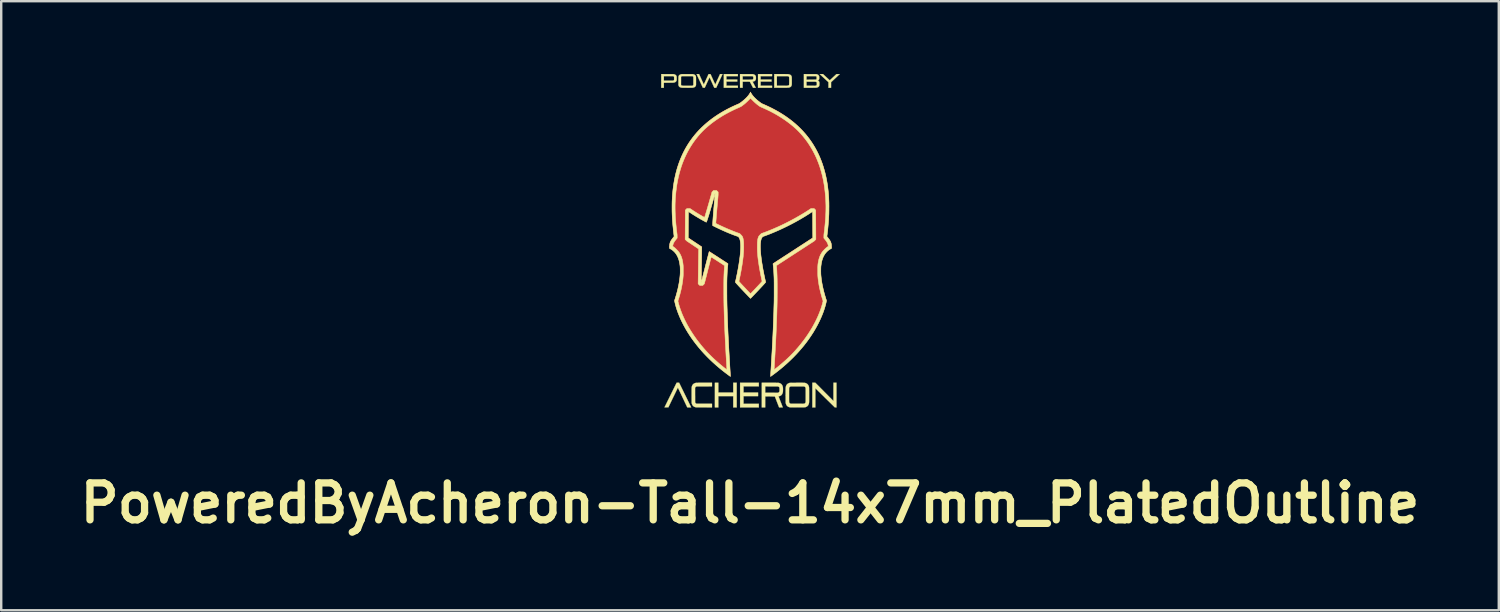
<source format=kicad_pcb>
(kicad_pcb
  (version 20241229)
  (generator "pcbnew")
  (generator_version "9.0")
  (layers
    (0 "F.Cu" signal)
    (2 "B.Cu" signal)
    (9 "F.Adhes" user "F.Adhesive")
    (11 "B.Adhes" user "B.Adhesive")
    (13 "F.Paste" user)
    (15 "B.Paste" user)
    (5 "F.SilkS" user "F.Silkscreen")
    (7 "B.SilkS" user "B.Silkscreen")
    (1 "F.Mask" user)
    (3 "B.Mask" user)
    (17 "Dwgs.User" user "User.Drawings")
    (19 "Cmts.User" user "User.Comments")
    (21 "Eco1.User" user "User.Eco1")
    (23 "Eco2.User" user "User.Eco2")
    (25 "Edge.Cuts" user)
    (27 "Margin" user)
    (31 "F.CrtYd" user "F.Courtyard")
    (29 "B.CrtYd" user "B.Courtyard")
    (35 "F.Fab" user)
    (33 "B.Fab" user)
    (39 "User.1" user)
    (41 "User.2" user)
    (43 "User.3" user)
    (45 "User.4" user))
  (footprint "PoweredByAcheron-Tall-14x7mm_PlatedOutline"
    (layer "F.Cu")
    (at 27.895 6.875)
    (property "Reference" "PoweredByAcheron-Tall-14x7mm_PlatedOutline" (at -0.02 10.82 0) (layer "F.SilkS") (effects (font (size 1.524 1.524) (thickness 0.3))))
    (attr through_hole)
    (fp_poly (pts (xy -1.326 6.26) (xy -0.711 6.26) (xy -0.711 5.857) (xy -0.569 5.857) (xy -0.569 6.873) (xy -0.711 6.873) (xy -0.711 6.41) (xy -1.326 6.41) (xy -1.326 6.873) (xy -1.468 6.873) (xy -1.468 5.857) (xy -1.326 5.857) (xy -1.326 6.26)) (stroke (width 0.01) (type solid)) (fill yes) (layer "F.SilkS"))
    (fp_poly (pts (xy -0.521 -6.786) (xy -0.993 -6.786) (xy -0.993 -6.647) (xy -0.546 -6.647) (xy -0.546 -6.563) (xy -0.993 -6.563) (xy -0.993 -6.39) (xy -0.521 -6.39) (xy -0.521 -6.306) (xy -1.1 -6.306) (xy -1.1 -6.87) (xy -0.521 -6.87) (xy -0.521 -6.786)) (stroke (width 0.01) (type solid)) (fill yes) (layer "F.SilkS"))
    (fp_poly (pts (xy 0.343 6.006) (xy -0.287 6.006) (xy -0.287 6.26) (xy 0.312 6.26) (xy 0.312 6.41) (xy -0.287 6.41) (xy -0.287 6.723) (xy 0.343 6.723) (xy 0.343 6.873) (xy -0.429 6.873) (xy -0.429 5.857) (xy 0.343 5.857) (xy 0.343 6.006)) (stroke (width 0.01) (type solid)) (fill yes) (layer "F.SilkS"))
    (fp_poly (pts (xy 0.889 -6.786) (xy 0.417 -6.786) (xy 0.417 -6.647) (xy 0.866 -6.647) (xy 0.866 -6.563) (xy 0.417 -6.563) (xy 0.417 -6.39) (xy 0.889 -6.39) (xy 0.889 -6.306) (xy 0.31 -6.306) (xy 0.31 -6.87) (xy 0.889 -6.87) (xy 0.889 -6.786)) (stroke (width 0.01) (type solid)) (fill yes) (layer "F.SilkS"))
    (fp_poly (pts (xy 3.047 6.233) (xy 3.42 6.609) (xy 3.42 6.233) (xy 3.421 5.857) (xy 3.545 5.857) (xy 3.545 6.873) (xy 3.511 6.872) (xy 3.476 6.872) (xy 3.076 6.478) (xy 2.676 6.084) (xy 2.674 6.873) (xy 2.55 6.873) (xy 2.55 5.857) (xy 2.674 5.857) (xy 3.047 6.233)) (stroke (width 0.01) (type solid)) (fill yes) (layer "F.SilkS"))
    (fp_poly (pts (xy 3.679 -6.869) (xy 3.501 -6.702) (xy 3.322 -6.536) (xy 3.322 -6.306) (xy 3.215 -6.306) (xy 3.214 -6.536) (xy 3.037 -6.7) (xy 3.012 -6.723) (xy 2.987 -6.746) (xy 2.964 -6.767) (xy 2.942 -6.787) (xy 2.923 -6.806) (xy 2.905 -6.822) (xy 2.89 -6.836) (xy 2.877 -6.848) (xy 2.867 -6.857) (xy 2.86 -6.863) (xy 2.857 -6.867) (xy 2.857 -6.867) (xy 2.857 -6.868) (xy 2.859 -6.869) (xy 2.864 -6.869) (xy 2.873 -6.87) (xy 2.885 -6.87) (xy 2.901 -6.87) (xy 2.922 -6.87) (xy 2.922 -6.87) (xy 2.991 -6.87) (xy 3.129 -6.742) (xy 3.155 -6.718) (xy 3.177 -6.697) (xy 3.197 -6.679) (xy 3.213 -6.664) (xy 3.227 -6.651) (xy 3.238 -6.641) (xy 3.247 -6.633) (xy 3.254 -6.627) (xy 3.26 -6.623) (xy 3.264 -6.62) (xy 3.267 -6.618) (xy 3.269 -6.617) (xy 3.27 -6.617) (xy 3.271 -6.617) (xy 3.272 -6.618) (xy 3.275 -6.62) (xy 3.281 -6.626) (xy 3.29 -6.634) (xy 3.302 -6.645) (xy 3.317 -6.659) (xy 3.333 -6.674) (xy 3.352 -6.691) (xy 3.372 -6.71) (xy 3.393 -6.73) (xy 3.411 -6.746) (xy 3.545 -6.87) (xy 3.679 -6.869)) (stroke (width 0.01) (type solid)) (fill yes) (layer "F.SilkS"))
    (fp_poly (pts (xy -2.994 5.857) (xy -2.942 5.857) (xy -2.709 6.335) (xy -2.686 6.382) (xy -2.663 6.427) (xy -2.642 6.472) (xy -2.62 6.515) (xy -2.6 6.557) (xy -2.581 6.597) (xy -2.562 6.634) (xy -2.545 6.669) (xy -2.529 6.702) (xy -2.515 6.732) (xy -2.502 6.759) (xy -2.49 6.782) (xy -2.48 6.802) (xy -2.472 6.819) (xy -2.466 6.831) (xy -2.462 6.84) (xy -2.461 6.843) (xy -2.446 6.873) (xy -2.526 6.873) (xy -2.607 6.872) (xy -2.8 6.465) (xy -2.82 6.422) (xy -2.84 6.381) (xy -2.859 6.34) (xy -2.877 6.302) (xy -2.895 6.266) (xy -2.911 6.231) (xy -2.926 6.2) (xy -2.94 6.17) (xy -2.953 6.144) (xy -2.964 6.121) (xy -2.974 6.101) (xy -2.982 6.085) (xy -2.988 6.072) (xy -2.992 6.064) (xy -2.994 6.06) (xy -2.995 6.059) (xy -2.996 6.062) (xy -2.999 6.069) (xy -3.005 6.079) (xy -3.012 6.094) (xy -3.021 6.113) (xy -3.032 6.134) (xy -3.044 6.16) (xy -3.057 6.188) (xy -3.072 6.218) (xy -3.088 6.251) (xy -3.105 6.287) (xy -3.123 6.324) (xy -3.142 6.364) (xy -3.162 6.405) (xy -3.182 6.447) (xy -3.192 6.466) (xy -3.387 6.871) (xy -3.466 6.872) (xy -3.488 6.872) (xy -3.507 6.872) (xy -3.523 6.872) (xy -3.534 6.871) (xy -3.542 6.871) (xy -3.545 6.87) (xy -3.545 6.87) (xy -3.544 6.868) (xy -3.541 6.861) (xy -3.535 6.85) (xy -3.528 6.835) (xy -3.519 6.817) (xy -3.508 6.794) (xy -3.495 6.769) (xy -3.481 6.74) (xy -3.466 6.709) (xy -3.449 6.675) (xy -3.431 6.638) (xy -3.412 6.599) (xy -3.392 6.558) (xy -3.37 6.515) (xy -3.348 6.47) (xy -3.326 6.424) (xy -3.302 6.377) (xy -3.295 6.362) (xy -3.046 5.857) (xy -2.994 5.857)) (stroke (width 0.01) (type solid)) (fill yes) (layer "F.SilkS"))
    (fp_poly (pts (xy -1.688 -6.869) (xy -1.648 -6.869) (xy -1.551 -6.655) (xy -1.537 -6.624) (xy -1.523 -6.594) (xy -1.511 -6.566) (xy -1.499 -6.54) (xy -1.488 -6.517) (xy -1.478 -6.496) (xy -1.47 -6.478) (xy -1.463 -6.463) (xy -1.458 -6.452) (xy -1.454 -6.445) (xy -1.453 -6.443) (xy -1.453 -6.443) (xy -1.451 -6.445) (xy -1.448 -6.452) (xy -1.443 -6.463) (xy -1.436 -6.477) (xy -1.428 -6.495) (xy -1.418 -6.516) (xy -1.408 -6.539) (xy -1.396 -6.565) (xy -1.383 -6.593) (xy -1.37 -6.622) (xy -1.356 -6.653) (xy -1.354 -6.657) (xy -1.256 -6.87) (xy -1.205 -6.87) (xy -1.189 -6.87) (xy -1.175 -6.87) (xy -1.164 -6.869) (xy -1.157 -6.869) (xy -1.154 -6.868) (xy -1.153 -6.868) (xy -1.155 -6.865) (xy -1.158 -6.858) (xy -1.163 -6.847) (xy -1.17 -6.833) (xy -1.178 -6.815) (xy -1.188 -6.793) (xy -1.199 -6.769) (xy -1.211 -6.742) (xy -1.225 -6.713) (xy -1.239 -6.682) (xy -1.255 -6.648) (xy -1.271 -6.614) (xy -1.284 -6.586) (xy -1.413 -6.306) (xy -1.493 -6.306) (xy -1.688 -6.738) (xy -1.692 -6.728) (xy -1.694 -6.725) (xy -1.698 -6.717) (xy -1.703 -6.705) (xy -1.71 -6.689) (xy -1.719 -6.671) (xy -1.729 -6.649) (xy -1.74 -6.625) (xy -1.752 -6.599) (xy -1.765 -6.571) (xy -1.779 -6.541) (xy -1.792 -6.513) (xy -1.886 -6.307) (xy -1.925 -6.307) (xy -1.964 -6.306) (xy -2.092 -6.584) (xy -2.108 -6.619) (xy -2.124 -6.653) (xy -2.139 -6.686) (xy -2.153 -6.717) (xy -2.166 -6.746) (xy -2.179 -6.772) (xy -2.189 -6.796) (xy -2.199 -6.817) (xy -2.207 -6.834) (xy -2.213 -6.848) (xy -2.218 -6.858) (xy -2.221 -6.864) (xy -2.221 -6.866) (xy -2.222 -6.867) (xy -2.221 -6.868) (xy -2.218 -6.869) (xy -2.213 -6.869) (xy -2.205 -6.87) (xy -2.193 -6.87) (xy -2.177 -6.87) (xy -2.172 -6.869) (xy -2.12 -6.869) (xy -2.023 -6.655) (xy -2.009 -6.624) (xy -1.996 -6.594) (xy -1.983 -6.566) (xy -1.971 -6.541) (xy -1.96 -6.517) (xy -1.951 -6.496) (xy -1.942 -6.478) (xy -1.935 -6.463) (xy -1.93 -6.452) (xy -1.927 -6.445) (xy -1.925 -6.442) (xy -1.925 -6.442) (xy -1.924 -6.445) (xy -1.92 -6.451) (xy -1.915 -6.462) (xy -1.909 -6.476) (xy -1.901 -6.494) (xy -1.891 -6.515) (xy -1.88 -6.538) (xy -1.868 -6.564) (xy -1.856 -6.591) (xy -1.842 -6.621) (xy -1.828 -6.652) (xy -1.826 -6.657) (xy -1.728 -6.87) (xy -1.688 -6.869)) (stroke (width 0.01) (type solid)) (fill yes) (layer "F.SilkS"))
    (fp_poly (pts (xy -1.587 6.006) (xy -1.903 6.007) (xy -1.95 6.007) (xy -1.992 6.007) (xy -2.029 6.007) (xy -2.062 6.008) (xy -2.091 6.008) (xy -2.117 6.008) (xy -2.139 6.008) (xy -2.158 6.008) (xy -2.174 6.008) (xy -2.187 6.009) (xy -2.198 6.009) (xy -2.207 6.009) (xy -2.214 6.01) (xy -2.22 6.01) (xy -2.224 6.011) (xy -2.227 6.011) (xy -2.23 6.012) (xy -2.232 6.012) (xy -2.249 6.02) (xy -2.262 6.031) (xy -2.273 6.045) (xy -2.276 6.051) (xy -2.285 6.069) (xy -2.285 6.363) (xy -2.284 6.408) (xy -2.284 6.448) (xy -2.284 6.484) (xy -2.284 6.516) (xy -2.284 6.543) (xy -2.284 6.567) (xy -2.284 6.587) (xy -2.284 6.605) (xy -2.284 6.619) (xy -2.284 6.632) (xy -2.283 6.641) (xy -2.283 6.649) (xy -2.283 6.656) (xy -2.282 6.661) (xy -2.282 6.664) (xy -2.281 6.667) (xy -2.28 6.67) (xy -2.28 6.672) (xy -2.272 6.687) (xy -2.26 6.7) (xy -2.246 6.711) (xy -2.236 6.715) (xy -2.221 6.721) (xy -1.904 6.722) (xy -1.587 6.723) (xy -1.587 6.873) (xy -1.908 6.872) (xy -1.958 6.872) (xy -2.004 6.872) (xy -2.045 6.872) (xy -2.081 6.872) (xy -2.114 6.872) (xy -2.142 6.872) (xy -2.166 6.871) (xy -2.187 6.871) (xy -2.205 6.871) (xy -2.219 6.871) (xy -2.231 6.87) (xy -2.24 6.87) (xy -2.246 6.869) (xy -2.249 6.869) (xy -2.282 6.862) (xy -2.312 6.85) (xy -2.339 6.836) (xy -2.362 6.817) (xy -2.377 6.801) (xy -2.39 6.784) (xy -2.401 6.764) (xy -2.411 6.741) (xy -2.42 6.714) (xy -2.42 6.713) (xy -2.427 6.688) (xy -2.428 6.38) (xy -2.428 6.329) (xy -2.428 6.284) (xy -2.428 6.243) (xy -2.428 6.206) (xy -2.428 6.174) (xy -2.428 6.146) (xy -2.427 6.122) (xy -2.427 6.101) (xy -2.427 6.084) (xy -2.427 6.071) (xy -2.426 6.06) (xy -2.426 6.053) (xy -2.425 6.048) (xy -2.419 6.015) (xy -2.409 5.983) (xy -2.395 5.955) (xy -2.379 5.93) (xy -2.378 5.93) (xy -2.36 5.911) (xy -2.338 5.895) (xy -2.313 5.881) (xy -2.284 5.87) (xy -2.254 5.862) (xy -2.235 5.859) (xy -2.229 5.859) (xy -2.218 5.858) (xy -2.202 5.858) (xy -2.181 5.858) (xy -2.155 5.857) (xy -2.126 5.857) (xy -2.091 5.857) (xy -2.053 5.857) (xy -2.01 5.857) (xy -1.963 5.857) (xy -1.912 5.857) (xy -1.9 5.857) (xy -1.587 5.857) (xy -1.587 6.006)) (stroke (width 0.01) (type solid)) (fill yes) (layer "F.SilkS"))
    (fp_poly (pts (xy -3.424 -6.869) (xy -3.383 -6.869) (xy -3.346 -6.869) (xy -3.313 -6.869) (xy -3.285 -6.869) (xy -3.26 -6.869) (xy -3.239 -6.869) (xy -3.221 -6.868) (xy -3.206 -6.868) (xy -3.194 -6.868) (xy -3.184 -6.868) (xy -3.175 -6.867) (xy -3.169 -6.867) (xy -3.163 -6.866) (xy -3.159 -6.866) (xy -3.155 -6.865) (xy -3.152 -6.864) (xy -3.148 -6.863) (xy -3.147 -6.863) (xy -3.122 -6.855) (xy -3.101 -6.844) (xy -3.083 -6.831) (xy -3.077 -6.826) (xy -3.068 -6.816) (xy -3.061 -6.807) (xy -3.055 -6.798) (xy -3.05 -6.787) (xy -3.047 -6.775) (xy -3.045 -6.76) (xy -3.044 -6.742) (xy -3.043 -6.721) (xy -3.043 -6.695) (xy -3.043 -6.692) (xy -3.043 -6.669) (xy -3.043 -6.65) (xy -3.044 -6.635) (xy -3.045 -6.623) (xy -3.046 -6.612) (xy -3.049 -6.603) (xy -3.052 -6.595) (xy -3.055 -6.586) (xy -3.056 -6.586) (xy -3.065 -6.572) (xy -3.078 -6.558) (xy -3.093 -6.545) (xy -3.111 -6.535) (xy -3.112 -6.535) (xy -3.119 -6.532) (xy -3.125 -6.529) (xy -3.131 -6.526) (xy -3.137 -6.524) (xy -3.143 -6.522) (xy -3.151 -6.521) (xy -3.159 -6.519) (xy -3.169 -6.518) (xy -3.181 -6.518) (xy -3.196 -6.517) (xy -3.213 -6.516) (xy -3.233 -6.516) (xy -3.257 -6.516) (xy -3.284 -6.516) (xy -3.315 -6.515) (xy -3.351 -6.515) (xy -3.372 -6.515) (xy -3.573 -6.514) (xy -3.573 -6.306) (xy -3.68 -6.306) (xy -3.68 -6.786) (xy -3.573 -6.786) (xy -3.573 -6.598) (xy -3.389 -6.598) (xy -3.353 -6.598) (xy -3.321 -6.598) (xy -3.295 -6.598) (xy -3.272 -6.599) (xy -3.253 -6.599) (xy -3.237 -6.599) (xy -3.224 -6.599) (xy -3.213 -6.6) (xy -3.205 -6.6) (xy -3.199 -6.601) (xy -3.194 -6.601) (xy -3.19 -6.602) (xy -3.189 -6.602) (xy -3.173 -6.608) (xy -3.162 -6.616) (xy -3.154 -6.626) (xy -3.153 -6.629) (xy -3.152 -6.634) (xy -3.151 -6.639) (xy -3.15 -6.646) (xy -3.15 -6.655) (xy -3.15 -6.668) (xy -3.15 -6.684) (xy -3.15 -6.698) (xy -3.15 -6.718) (xy -3.151 -6.733) (xy -3.151 -6.745) (xy -3.152 -6.754) (xy -3.154 -6.76) (xy -3.157 -6.765) (xy -3.161 -6.769) (xy -3.166 -6.773) (xy -3.169 -6.775) (xy -3.172 -6.777) (xy -3.176 -6.779) (xy -3.18 -6.78) (xy -3.184 -6.782) (xy -3.191 -6.783) (xy -3.198 -6.784) (xy -3.208 -6.784) (xy -3.22 -6.785) (xy -3.235 -6.785) (xy -3.253 -6.786) (xy -3.274 -6.786) (xy -3.299 -6.786) (xy -3.328 -6.786) (xy -3.362 -6.786) (xy -3.388 -6.786) (xy -3.573 -6.786) (xy -3.68 -6.786) (xy -3.68 -6.87) (xy -3.424 -6.869)) (stroke (width 0.01) (type solid)) (fill yes) (layer "F.SilkS"))
    (fp_poly (pts (xy -0.166 -6.869) (xy 0.1 -6.869) (xy 0.121 -6.863) (xy 0.145 -6.854) (xy 0.165 -6.844) (xy 0.183 -6.832) (xy 0.187 -6.828) (xy 0.199 -6.816) (xy 0.208 -6.804) (xy 0.215 -6.79) (xy 0.22 -6.775) (xy 0.223 -6.756) (xy 0.224 -6.734) (xy 0.225 -6.715) (xy 0.224 -6.695) (xy 0.224 -6.678) (xy 0.222 -6.665) (xy 0.221 -6.659) (xy 0.216 -6.643) (xy 0.208 -6.626) (xy 0.199 -6.611) (xy 0.195 -6.606) (xy 0.181 -6.592) (xy 0.164 -6.581) (xy 0.143 -6.572) (xy 0.119 -6.565) (xy 0.107 -6.562) (xy 0.097 -6.561) (xy 0.091 -6.56) (xy 0.087 -6.559) (xy 0.087 -6.559) (xy 0.088 -6.557) (xy 0.091 -6.55) (xy 0.096 -6.541) (xy 0.103 -6.528) (xy 0.111 -6.513) (xy 0.12 -6.495) (xy 0.129 -6.477) (xy 0.13 -6.475) (xy 0.142 -6.454) (xy 0.153 -6.432) (xy 0.164 -6.41) (xy 0.175 -6.39) (xy 0.184 -6.372) (xy 0.192 -6.357) (xy 0.197 -6.349) (xy 0.219 -6.306) (xy 0.105 -6.306) (xy 0.039 -6.431) (xy -0.027 -6.556) (xy -0.175 -6.557) (xy -0.322 -6.558) (xy -0.324 -6.307) (xy -0.376 -6.307) (xy -0.392 -6.307) (xy -0.406 -6.307) (xy -0.417 -6.307) (xy -0.426 -6.307) (xy -0.43 -6.308) (xy -0.43 -6.308) (xy -0.43 -6.311) (xy -0.43 -6.318) (xy -0.431 -6.33) (xy -0.431 -6.346) (xy -0.431 -6.366) (xy -0.431 -6.389) (xy -0.431 -6.415) (xy -0.432 -6.444) (xy -0.432 -6.476) (xy -0.432 -6.51) (xy -0.432 -6.545) (xy -0.432 -6.582) (xy -0.432 -6.786) (xy -0.323 -6.786) (xy -0.323 -6.641) (xy -0.13 -6.641) (xy -0.093 -6.641) (xy -0.061 -6.641) (xy -0.034 -6.642) (xy -0.01 -6.642) (xy 0.01 -6.642) (xy 0.026 -6.642) (xy 0.04 -6.642) (xy 0.051 -6.643) (xy 0.06 -6.643) (xy 0.066 -6.644) (xy 0.072 -6.644) (xy 0.076 -6.645) (xy 0.078 -6.645) (xy 0.091 -6.65) (xy 0.101 -6.656) (xy 0.109 -6.664) (xy 0.11 -6.665) (xy 0.112 -6.668) (xy 0.114 -6.672) (xy 0.115 -6.677) (xy 0.115 -6.684) (xy 0.115 -6.694) (xy 0.116 -6.708) (xy 0.116 -6.714) (xy 0.116 -6.729) (xy 0.115 -6.741) (xy 0.115 -6.749) (xy 0.114 -6.754) (xy 0.113 -6.758) (xy 0.111 -6.761) (xy 0.11 -6.763) (xy 0.099 -6.774) (xy 0.084 -6.781) (xy 0.076 -6.783) (xy 0.07 -6.784) (xy 0.06 -6.785) (xy 0.044 -6.785) (xy 0.024 -6.785) (xy -0.002 -6.786) (xy -0.033 -6.786) (xy -0.068 -6.786) (xy -0.109 -6.786) (xy -0.13 -6.786) (xy -0.323 -6.786) (xy -0.432 -6.786) (xy -0.432 -6.87) (xy -0.166 -6.869)) (stroke (width 0.01) (type solid)) (fill yes) (layer "F.SilkS"))
    (fp_poly (pts (xy 1.305 -6.87) (xy 1.35 -6.87) (xy 1.392 -6.87) (xy 1.428 -6.87) (xy 1.461 -6.869) (xy 1.489 -6.869) (xy 1.512 -6.869) (xy 1.53 -6.868) (xy 1.544 -6.868) (xy 1.552 -6.867) (xy 1.553 -6.867) (xy 1.585 -6.862) (xy 1.613 -6.854) (xy 1.637 -6.843) (xy 1.657 -6.83) (xy 1.674 -6.813) (xy 1.686 -6.795) (xy 1.686 -6.793) (xy 1.69 -6.786) (xy 1.692 -6.78) (xy 1.695 -6.774) (xy 1.697 -6.767) (xy 1.698 -6.759) (xy 1.7 -6.751) (xy 1.701 -6.74) (xy 1.702 -6.728) (xy 1.702 -6.713) (xy 1.702 -6.695) (xy 1.703 -6.674) (xy 1.703 -6.649) (xy 1.703 -6.619) (xy 1.703 -6.586) (xy 1.703 -6.553) (xy 1.703 -6.526) (xy 1.703 -6.502) (xy 1.703 -6.483) (xy 1.702 -6.467) (xy 1.702 -6.454) (xy 1.702 -6.443) (xy 1.701 -6.435) (xy 1.701 -6.428) (xy 1.7 -6.423) (xy 1.699 -6.418) (xy 1.698 -6.415) (xy 1.69 -6.39) (xy 1.68 -6.37) (xy 1.666 -6.353) (xy 1.648 -6.34) (xy 1.626 -6.328) (xy 1.615 -6.324) (xy 1.609 -6.321) (xy 1.603 -6.319) (xy 1.597 -6.317) (xy 1.591 -6.316) (xy 1.585 -6.314) (xy 1.579 -6.313) (xy 1.571 -6.312) (xy 1.562 -6.311) (xy 1.552 -6.31) (xy 1.54 -6.309) (xy 1.525 -6.309) (xy 1.508 -6.309) (xy 1.489 -6.308) (xy 1.466 -6.308) (xy 1.44 -6.308) (xy 1.41 -6.307) (xy 1.376 -6.307) (xy 1.338 -6.307) (xy 1.295 -6.307) (xy 1.267 -6.307) (xy 0.98 -6.306) (xy 0.98 -6.39) (xy 1.087 -6.39) (xy 1.297 -6.39) (xy 1.339 -6.39) (xy 1.376 -6.39) (xy 1.41 -6.39) (xy 1.441 -6.391) (xy 1.467 -6.391) (xy 1.489 -6.391) (xy 1.507 -6.392) (xy 1.52 -6.392) (xy 1.528 -6.393) (xy 1.529 -6.393) (xy 1.55 -6.397) (xy 1.567 -6.403) (xy 1.58 -6.412) (xy 1.589 -6.423) (xy 1.593 -6.434) (xy 1.594 -6.439) (xy 1.594 -6.449) (xy 1.595 -6.462) (xy 1.596 -6.479) (xy 1.596 -6.499) (xy 1.596 -6.521) (xy 1.596 -6.545) (xy 1.597 -6.569) (xy 1.597 -6.594) (xy 1.596 -6.619) (xy 1.596 -6.643) (xy 1.596 -6.665) (xy 1.596 -6.686) (xy 1.595 -6.705) (xy 1.594 -6.72) (xy 1.594 -6.731) (xy 1.593 -6.739) (xy 1.593 -6.74) (xy 1.586 -6.755) (xy 1.576 -6.767) (xy 1.562 -6.777) (xy 1.554 -6.78) (xy 1.552 -6.781) (xy 1.549 -6.782) (xy 1.545 -6.782) (xy 1.54 -6.783) (xy 1.534 -6.783) (xy 1.526 -6.784) (xy 1.516 -6.784) (xy 1.503 -6.784) (xy 1.488 -6.785) (xy 1.47 -6.785) (xy 1.449 -6.785) (xy 1.424 -6.785) (xy 1.395 -6.785) (xy 1.361 -6.785) (xy 1.323 -6.786) (xy 1.314 -6.786) (xy 1.087 -6.786) (xy 1.087 -6.39) (xy 0.98 -6.39) (xy 0.98 -6.87) (xy 1.255 -6.87) (xy 1.305 -6.87)) (stroke (width 0.01) (type solid)) (fill yes) (layer "F.SilkS"))
    (fp_poly (pts (xy 0.794 5.857) (xy 0.844 5.857) (xy 0.889 5.857) (xy 0.929 5.857) (xy 0.965 5.857) (xy 0.997 5.857) (xy 1.026 5.857) (xy 1.051 5.857) (xy 1.073 5.858) (xy 1.092 5.858) (xy 1.108 5.858) (xy 1.122 5.859) (xy 1.134 5.859) (xy 1.145 5.86) (xy 1.153 5.861) (xy 1.161 5.862) (xy 1.168 5.863) (xy 1.174 5.864) (xy 1.18 5.865) (xy 1.185 5.867) (xy 1.191 5.868) (xy 1.221 5.88) (xy 1.249 5.894) (xy 1.272 5.913) (xy 1.293 5.935) (xy 1.309 5.961) (xy 1.322 5.99) (xy 1.332 6.023) (xy 1.335 6.037) (xy 1.337 6.049) (xy 1.338 6.066) (xy 1.339 6.085) (xy 1.34 6.107) (xy 1.34 6.13) (xy 1.34 6.153) (xy 1.339 6.176) (xy 1.339 6.197) (xy 1.338 6.215) (xy 1.336 6.23) (xy 1.335 6.238) (xy 1.327 6.273) (xy 1.316 6.304) (xy 1.301 6.332) (xy 1.284 6.355) (xy 1.264 6.375) (xy 1.24 6.39) (xy 1.213 6.403) (xy 1.193 6.409) (xy 1.182 6.412) (xy 1.173 6.414) (xy 1.166 6.415) (xy 1.164 6.415) (xy 1.159 6.416) (xy 1.157 6.418) (xy 1.158 6.42) (xy 1.16 6.427) (xy 1.164 6.439) (xy 1.17 6.453) (xy 1.176 6.472) (xy 1.185 6.493) (xy 1.194 6.517) (xy 1.204 6.544) (xy 1.215 6.572) (xy 1.227 6.603) (xy 1.239 6.635) (xy 1.243 6.645) (xy 1.256 6.678) (xy 1.268 6.708) (xy 1.279 6.738) (xy 1.29 6.765) (xy 1.299 6.79) (xy 1.308 6.812) (xy 1.315 6.831) (xy 1.321 6.847) (xy 1.326 6.859) (xy 1.329 6.867) (xy 1.331 6.871) (xy 1.331 6.872) (xy 1.328 6.872) (xy 1.321 6.872) (xy 1.311 6.872) (xy 1.297 6.872) (xy 1.28 6.872) (xy 1.262 6.873) (xy 1.255 6.873) (xy 1.179 6.873) (xy 1.091 6.647) (xy 1.004 6.422) (xy 0.805 6.421) (xy 0.607 6.42) (xy 0.607 6.873) (xy 0.465 6.873) (xy 0.465 6.268) (xy 0.607 6.268) (xy 0.873 6.268) (xy 1.139 6.267) (xy 1.154 6.26) (xy 1.169 6.249) (xy 1.181 6.236) (xy 1.19 6.219) (xy 1.191 6.214) (xy 1.193 6.209) (xy 1.194 6.203) (xy 1.195 6.197) (xy 1.196 6.189) (xy 1.196 6.18) (xy 1.196 6.167) (xy 1.196 6.151) (xy 1.196 6.132) (xy 1.195 6.112) (xy 1.195 6.096) (xy 1.195 6.084) (xy 1.194 6.075) (xy 1.194 6.068) (xy 1.193 6.063) (xy 1.191 6.059) (xy 1.19 6.055) (xy 1.179 6.038) (xy 1.166 6.025) (xy 1.149 6.016) (xy 1.129 6.01) (xy 1.123 6.009) (xy 1.117 6.009) (xy 1.107 6.008) (xy 1.092 6.008) (xy 1.073 6.008) (xy 1.05 6.007) (xy 1.023 6.007) (xy 0.994 6.007) (xy 0.961 6.007) (xy 0.926 6.007) (xy 0.888 6.007) (xy 0.855 6.007) (xy 0.607 6.006) (xy 0.607 6.268) (xy 0.465 6.268) (xy 0.465 5.857) (xy 0.794 5.857)) (stroke (width 0.01) (type solid)) (fill yes) (layer "F.SilkS"))
    (fp_poly (pts (xy 2.458 -6.869) (xy 2.714 -6.869) (xy 2.738 -6.862) (xy 2.759 -6.855) (xy 2.776 -6.848) (xy 2.79 -6.839) (xy 2.801 -6.83) (xy 2.815 -6.814) (xy 2.825 -6.794) (xy 2.831 -6.777) (xy 2.832 -6.766) (xy 2.833 -6.751) (xy 2.834 -6.735) (xy 2.834 -6.717) (xy 2.834 -6.7) (xy 2.833 -6.686) (xy 2.832 -6.675) (xy 2.832 -6.674) (xy 2.826 -6.654) (xy 2.816 -6.636) (xy 2.803 -6.622) (xy 2.788 -6.611) (xy 2.783 -6.608) (xy 2.771 -6.602) (xy 2.783 -6.598) (xy 2.796 -6.591) (xy 2.81 -6.581) (xy 2.822 -6.57) (xy 2.83 -6.559) (xy 2.834 -6.549) (xy 2.837 -6.539) (xy 2.84 -6.526) (xy 2.841 -6.511) (xy 2.842 -6.492) (xy 2.842 -6.469) (xy 2.841 -6.457) (xy 2.841 -6.435) (xy 2.839 -6.418) (xy 2.838 -6.403) (xy 2.835 -6.392) (xy 2.832 -6.382) (xy 2.828 -6.373) (xy 2.822 -6.364) (xy 2.822 -6.364) (xy 2.809 -6.349) (xy 2.793 -6.336) (xy 2.772 -6.325) (xy 2.75 -6.317) (xy 2.744 -6.315) (xy 2.738 -6.314) (xy 2.731 -6.313) (xy 2.724 -6.311) (xy 2.716 -6.31) (xy 2.706 -6.31) (xy 2.695 -6.309) (xy 2.682 -6.308) (xy 2.667 -6.308) (xy 2.649 -6.307) (xy 2.628 -6.307) (xy 2.604 -6.307) (xy 2.577 -6.306) (xy 2.545 -6.306) (xy 2.51 -6.306) (xy 2.469 -6.306) (xy 2.441 -6.306) (xy 2.202 -6.306) (xy 2.202 -6.558) (xy 2.309 -6.558) (xy 2.309 -6.39) (xy 2.49 -6.39) (xy 2.526 -6.39) (xy 2.559 -6.39) (xy 2.589 -6.39) (xy 2.615 -6.391) (xy 2.638 -6.391) (xy 2.656 -6.391) (xy 2.671 -6.392) (xy 2.68 -6.392) (xy 2.685 -6.393) (xy 2.703 -6.397) (xy 2.716 -6.405) (xy 2.725 -6.414) (xy 2.727 -6.418) (xy 2.729 -6.422) (xy 2.731 -6.427) (xy 2.732 -6.432) (xy 2.732 -6.439) (xy 2.733 -6.449) (xy 2.733 -6.462) (xy 2.733 -6.476) (xy 2.733 -6.494) (xy 2.732 -6.507) (xy 2.732 -6.517) (xy 2.731 -6.524) (xy 2.73 -6.529) (xy 2.729 -6.531) (xy 2.723 -6.539) (xy 2.712 -6.546) (xy 2.699 -6.552) (xy 2.686 -6.555) (xy 2.68 -6.555) (xy 2.669 -6.556) (xy 2.652 -6.557) (xy 2.631 -6.557) (xy 2.605 -6.557) (xy 2.574 -6.557) (xy 2.539 -6.558) (xy 2.498 -6.558) (xy 2.49 -6.558) (xy 2.309 -6.558) (xy 2.202 -6.558) (xy 2.202 -6.641) (xy 2.309 -6.641) (xy 2.502 -6.642) (xy 2.538 -6.642) (xy 2.569 -6.642) (xy 2.596 -6.642) (xy 2.619 -6.643) (xy 2.638 -6.643) (xy 2.654 -6.643) (xy 2.667 -6.643) (xy 2.677 -6.643) (xy 2.685 -6.644) (xy 2.692 -6.644) (xy 2.696 -6.645) (xy 2.7 -6.646) (xy 2.702 -6.646) (xy 2.704 -6.647) (xy 2.706 -6.648) (xy 2.713 -6.652) (xy 2.718 -6.656) (xy 2.722 -6.662) (xy 2.724 -6.67) (xy 2.725 -6.68) (xy 2.726 -6.694) (xy 2.726 -6.712) (xy 2.726 -6.714) (xy 2.726 -6.732) (xy 2.726 -6.746) (xy 2.724 -6.757) (xy 2.722 -6.764) (xy 2.719 -6.77) (xy 2.714 -6.774) (xy 2.708 -6.778) (xy 2.707 -6.779) (xy 2.696 -6.785) (xy 2.502 -6.786) (xy 2.309 -6.786) (xy 2.309 -6.641) (xy 2.202 -6.641) (xy 2.202 -6.87) (xy 2.458 -6.869)) (stroke (width 0.01) (type solid)) (fill yes) (layer "F.SilkS"))
    (fp_poly (pts (xy -2.353 -6.863) (xy -2.328 -6.855) (xy -2.307 -6.845) (xy -2.29 -6.833) (xy -2.284 -6.828) (xy -2.269 -6.813) (xy -2.259 -6.795) (xy -2.251 -6.775) (xy -2.251 -6.773) (xy -2.25 -6.77) (xy -2.249 -6.766) (xy -2.249 -6.761) (xy -2.248 -6.755) (xy -2.248 -6.747) (xy -2.247 -6.737) (xy -2.247 -6.725) (xy -2.247 -6.709) (xy -2.247 -6.691) (xy -2.246 -6.669) (xy -2.246 -6.643) (xy -2.246 -6.613) (xy -2.246 -6.588) (xy -2.246 -6.419) (xy -2.252 -6.4) (xy -2.256 -6.389) (xy -2.261 -6.378) (xy -2.266 -6.369) (xy -2.28 -6.352) (xy -2.298 -6.337) (xy -2.32 -6.325) (xy -2.346 -6.316) (xy -2.374 -6.31) (xy -2.384 -6.309) (xy -2.391 -6.308) (xy -2.403 -6.308) (xy -2.419 -6.307) (xy -2.438 -6.307) (xy -2.461 -6.307) (xy -2.486 -6.307) (xy -2.513 -6.306) (xy -2.542 -6.306) (xy -2.572 -6.306) (xy -2.603 -6.306) (xy -2.633 -6.306) (xy -2.664 -6.307) (xy -2.694 -6.307) (xy -2.722 -6.307) (xy -2.749 -6.307) (xy -2.773 -6.308) (xy -2.795 -6.308) (xy -2.813 -6.308) (xy -2.828 -6.309) (xy -2.838 -6.309) (xy -2.843 -6.31) (xy -2.873 -6.316) (xy -2.899 -6.325) (xy -2.922 -6.337) (xy -2.94 -6.353) (xy -2.954 -6.371) (xy -2.964 -6.393) (xy -2.968 -6.404) (xy -2.968 -6.41) (xy -2.969 -6.421) (xy -2.97 -6.429) (xy -2.865 -6.429) (xy -2.859 -6.418) (xy -2.851 -6.407) (xy -2.838 -6.398) (xy -2.822 -6.393) (xy -2.82 -6.393) (xy -2.815 -6.392) (xy -2.806 -6.392) (xy -2.793 -6.392) (xy -2.776 -6.391) (xy -2.755 -6.391) (xy -2.732 -6.391) (xy -2.705 -6.391) (xy -2.677 -6.391) (xy -2.646 -6.391) (xy -2.615 -6.391) (xy -2.602 -6.391) (xy -2.396 -6.391) (xy -2.382 -6.398) (xy -2.372 -6.404) (xy -2.364 -6.411) (xy -2.362 -6.413) (xy -2.356 -6.422) (xy -2.356 -6.589) (xy -2.356 -6.622) (xy -2.356 -6.65) (xy -2.356 -6.674) (xy -2.356 -6.695) (xy -2.356 -6.711) (xy -2.356 -6.725) (xy -2.356 -6.735) (xy -2.357 -6.743) (xy -2.357 -6.75) (xy -2.358 -6.754) (xy -2.358 -6.757) (xy -2.359 -6.759) (xy -2.36 -6.761) (xy -2.361 -6.763) (xy -2.372 -6.774) (xy -2.387 -6.781) (xy -2.396 -6.784) (xy -2.401 -6.784) (xy -2.41 -6.785) (xy -2.424 -6.785) (xy -2.442 -6.785) (xy -2.465 -6.786) (xy -2.493 -6.786) (xy -2.525 -6.786) (xy -2.563 -6.786) (xy -2.605 -6.786) (xy -2.617 -6.786) (xy -2.655 -6.786) (xy -2.687 -6.785) (xy -2.716 -6.785) (xy -2.74 -6.785) (xy -2.76 -6.785) (xy -2.777 -6.785) (xy -2.791 -6.785) (xy -2.803 -6.784) (xy -2.812 -6.784) (xy -2.819 -6.784) (xy -2.824 -6.783) (xy -2.828 -6.782) (xy -2.831 -6.782) (xy -2.834 -6.781) (xy -2.836 -6.78) (xy -2.837 -6.78) (xy -2.846 -6.774) (xy -2.854 -6.767) (xy -2.856 -6.764) (xy -2.864 -6.755) (xy -2.864 -6.592) (xy -2.865 -6.429) (xy -2.97 -6.429) (xy -2.97 -6.435) (xy -2.971 -6.453) (xy -2.971 -6.474) (xy -2.971 -6.497) (xy -2.972 -6.523) (xy -2.972 -6.549) (xy -2.972 -6.576) (xy -2.972 -6.604) (xy -2.972 -6.631) (xy -2.972 -6.657) (xy -2.971 -6.682) (xy -2.971 -6.705) (xy -2.97 -6.726) (xy -2.97 -6.743) (xy -2.969 -6.758) (xy -2.968 -6.767) (xy -2.968 -6.772) (xy -2.962 -6.79) (xy -2.954 -6.805) (xy -2.944 -6.818) (xy -2.937 -6.826) (xy -2.921 -6.839) (xy -2.902 -6.85) (xy -2.88 -6.859) (xy -2.865 -6.863) (xy -2.862 -6.864) (xy -2.858 -6.865) (xy -2.854 -6.866) (xy -2.85 -6.866) (xy -2.844 -6.867) (xy -2.838 -6.867) (xy -2.83 -6.868) (xy -2.82 -6.868) (xy -2.808 -6.868) (xy -2.793 -6.868) (xy -2.776 -6.869) (xy -2.755 -6.869) (xy -2.731 -6.869) (xy -2.702 -6.869) (xy -2.67 -6.869) (xy -2.633 -6.869) (xy -2.61 -6.869) (xy -2.376 -6.869) (xy -2.353 -6.863)) (stroke (width 0.01) (type solid)) (fill yes) (layer "F.SilkS"))
    (fp_poly (pts (xy 2.103 5.857) (xy 2.128 5.857) (xy 2.15 5.857) (xy 2.169 5.858) (xy 2.186 5.858) (xy 2.2 5.859) (xy 2.212 5.859) (xy 2.223 5.86) (xy 2.232 5.861) (xy 2.239 5.862) (xy 2.246 5.863) (xy 2.253 5.864) (xy 2.259 5.866) (xy 2.265 5.868) (xy 2.268 5.868) (xy 2.297 5.879) (xy 2.322 5.892) (xy 2.345 5.909) (xy 2.364 5.929) (xy 2.367 5.932) (xy 2.379 5.949) (xy 2.389 5.965) (xy 2.397 5.982) (xy 2.404 6.002) (xy 2.41 6.025) (xy 2.411 6.029) (xy 2.412 6.033) (xy 2.412 6.037) (xy 2.413 6.041) (xy 2.414 6.046) (xy 2.414 6.051) (xy 2.415 6.058) (xy 2.415 6.066) (xy 2.415 6.076) (xy 2.416 6.088) (xy 2.416 6.102) (xy 2.416 6.119) (xy 2.416 6.139) (xy 2.416 6.163) (xy 2.417 6.19) (xy 2.417 6.22) (xy 2.417 6.255) (xy 2.417 6.294) (xy 2.417 6.338) (xy 2.417 6.344) (xy 2.417 6.398) (xy 2.417 6.447) (xy 2.417 6.491) (xy 2.417 6.53) (xy 2.417 6.564) (xy 2.417 6.593) (xy 2.417 6.617) (xy 2.416 6.636) (xy 2.416 6.651) (xy 2.416 6.661) (xy 2.415 6.664) (xy 2.412 6.693) (xy 2.406 6.718) (xy 2.399 6.741) (xy 2.39 6.762) (xy 2.375 6.789) (xy 2.356 6.812) (xy 2.333 6.831) (xy 2.307 6.847) (xy 2.277 6.86) (xy 2.253 6.867) (xy 2.25 6.867) (xy 2.246 6.868) (xy 2.242 6.869) (xy 2.236 6.869) (xy 2.228 6.869) (xy 2.219 6.87) (xy 2.207 6.87) (xy 2.193 6.87) (xy 2.177 6.871) (xy 2.157 6.871) (xy 2.134 6.871) (xy 2.108 6.871) (xy 2.077 6.871) (xy 2.043 6.871) (xy 2.004 6.871) (xy 1.961 6.871) (xy 1.943 6.871) (xy 1.905 6.872) (xy 1.868 6.872) (xy 1.832 6.872) (xy 1.799 6.872) (xy 1.768 6.872) (xy 1.74 6.872) (xy 1.715 6.871) (xy 1.693 6.871) (xy 1.674 6.871) (xy 1.66 6.871) (xy 1.65 6.871) (xy 1.644 6.871) (xy 1.643 6.871) (xy 1.619 6.867) (xy 1.598 6.862) (xy 1.58 6.857) (xy 1.564 6.85) (xy 1.549 6.842) (xy 1.542 6.838) (xy 1.519 6.821) (xy 1.5 6.802) (xy 1.484 6.78) (xy 1.471 6.754) (xy 1.46 6.724) (xy 1.455 6.704) (xy 1.449 6.678) (xy 1.448 6.385) (xy 1.448 6.358) (xy 1.59 6.358) (xy 1.59 6.392) (xy 1.59 6.425) (xy 1.59 6.458) (xy 1.59 6.489) (xy 1.59 6.519) (xy 1.59 6.547) (xy 1.591 6.572) (xy 1.591 6.595) (xy 1.591 6.614) (xy 1.592 6.63) (xy 1.592 6.641) (xy 1.592 6.648) (xy 1.592 6.65) (xy 1.597 6.67) (xy 1.606 6.687) (xy 1.617 6.701) (xy 1.632 6.711) (xy 1.633 6.712) (xy 1.636 6.713) (xy 1.64 6.715) (xy 1.644 6.716) (xy 1.648 6.717) (xy 1.653 6.718) (xy 1.659 6.719) (xy 1.667 6.72) (xy 1.677 6.72) (xy 1.688 6.721) (xy 1.702 6.721) (xy 1.719 6.722) (xy 1.739 6.722) (xy 1.762 6.722) (xy 1.788 6.722) (xy 1.818 6.722) (xy 1.853 6.722) (xy 1.892 6.722) (xy 1.936 6.722) (xy 1.939 6.722) (xy 1.982 6.722) (xy 2.02 6.722) (xy 2.054 6.722) (xy 2.083 6.722) (xy 2.109 6.721) (xy 2.131 6.721) (xy 2.149 6.721) (xy 2.165 6.721) (xy 2.178 6.721) (xy 2.189 6.72) (xy 2.197 6.72) (xy 2.204 6.72) (xy 2.209 6.719) (xy 2.213 6.719) (xy 2.217 6.718) (xy 2.219 6.717) (xy 2.222 6.717) (xy 2.222 6.717) (xy 2.236 6.709) (xy 2.25 6.699) (xy 2.26 6.686) (xy 2.265 6.677) (xy 2.268 6.668) (xy 2.271 6.656) (xy 2.273 6.646) (xy 2.273 6.641) (xy 2.274 6.631) (xy 2.274 6.616) (xy 2.274 6.598) (xy 2.275 6.575) (xy 2.275 6.55) (xy 2.275 6.521) (xy 2.275 6.489) (xy 2.275 6.455) (xy 2.275 6.419) (xy 2.275 6.381) (xy 2.275 6.365) (xy 2.275 6.326) (xy 2.275 6.289) (xy 2.275 6.254) (xy 2.275 6.221) (xy 2.275 6.191) (xy 2.275 6.164) (xy 2.274 6.141) (xy 2.274 6.12) (xy 2.274 6.104) (xy 2.274 6.092) (xy 2.273 6.085) (xy 2.273 6.083) (xy 2.268 6.062) (xy 2.261 6.044) (xy 2.25 6.03) (xy 2.235 6.02) (xy 2.216 6.012) (xy 2.199 6.009) (xy 2.194 6.009) (xy 2.183 6.008) (xy 2.169 6.008) (xy 2.15 6.008) (xy 2.128 6.007) (xy 2.102 6.007) (xy 2.074 6.007) (xy 2.042 6.007) (xy 2.008 6.007) (xy 1.972 6.007) (xy 1.935 6.007) (xy 1.933 6.007) (xy 1.895 6.007) (xy 1.859 6.007) (xy 1.825 6.007) (xy 1.793 6.007) (xy 1.765 6.007) (xy 1.739 6.007) (xy 1.716 6.008) (xy 1.697 6.008) (xy 1.683 6.008) (xy 1.672 6.009) (xy 1.667 6.009) (xy 1.667 6.009) (xy 1.645 6.014) (xy 1.627 6.021) (xy 1.613 6.033) (xy 1.603 6.047) (xy 1.596 6.066) (xy 1.593 6.08) (xy 1.592 6.085) (xy 1.592 6.095) (xy 1.591 6.109) (xy 1.591 6.127) (xy 1.591 6.148) (xy 1.591 6.173) (xy 1.59 6.2) (xy 1.59 6.229) (xy 1.59 6.259) (xy 1.59 6.291) (xy 1.59 6.325) (xy 1.59 6.358) (xy 1.448 6.358) (xy 1.448 6.332) (xy 1.448 6.284) (xy 1.448 6.24) (xy 1.448 6.202) (xy 1.448 6.168) (xy 1.448 6.14) (xy 1.449 6.115) (xy 1.449 6.096) (xy 1.449 6.08) (xy 1.45 6.069) (xy 1.45 6.064) (xy 1.454 6.035) (xy 1.46 6.009) (xy 1.468 5.986) (xy 1.476 5.967) (xy 1.491 5.941) (xy 1.51 5.918) (xy 1.533 5.899) (xy 1.559 5.883) (xy 1.579 5.874) (xy 1.586 5.872) (xy 1.592 5.87) (xy 1.598 5.868) (xy 1.603 5.866) (xy 1.609 5.865) (xy 1.615 5.863) (xy 1.623 5.862) (xy 1.631 5.861) (xy 1.641 5.86) (xy 1.653 5.86) (xy 1.667 5.859) (xy 1.683 5.859) (xy 1.702 5.858) (xy 1.724 5.858) (xy 1.749 5.858) (xy 1.778 5.858) (xy 1.811 5.858) (xy 1.849 5.858) (xy 1.891 5.857) (xy 1.916 5.857) (xy 1.962 5.857) (xy 2.004 5.857) (xy 2.041 5.857) (xy 2.074 5.857) (xy 2.103 5.857)) (stroke (width 0.01) (type solid)) (fill yes) (layer "F.SilkS"))
    (fp_poly (pts (xy 0.003 -6.125) (xy 0.003 -6.124) (xy 0.004 -6.12) (xy 0.007 -6.113) (xy 0.012 -6.104) (xy 0.016 -6.095) (xy 0.037 -6.058) (xy 0.063 -6.019) (xy 0.093 -5.979) (xy 0.127 -5.939) (xy 0.166 -5.897) (xy 0.208 -5.856) (xy 0.253 -5.814) (xy 0.302 -5.772) (xy 0.354 -5.731) (xy 0.38 -5.711) (xy 0.401 -5.695) (xy 0.419 -5.682) (xy 0.433 -5.672) (xy 0.446 -5.664) (xy 0.456 -5.657) (xy 0.466 -5.651) (xy 0.475 -5.646) (xy 0.484 -5.642) (xy 0.491 -5.64) (xy 0.5 -5.636) (xy 0.514 -5.63) (xy 0.53 -5.623) (xy 0.548 -5.615) (xy 0.566 -5.607) (xy 0.58 -5.601) (xy 0.725 -5.535) (xy 0.866 -5.467) (xy 1.003 -5.395) (xy 1.136 -5.322) (xy 1.264 -5.245) (xy 1.388 -5.166) (xy 1.508 -5.084) (xy 1.624 -5) (xy 1.736 -4.913) (xy 1.843 -4.823) (xy 1.947 -4.73) (xy 2.046 -4.635) (xy 2.142 -4.537) (xy 2.188 -4.486) (xy 2.279 -4.383) (xy 2.365 -4.276) (xy 2.447 -4.166) (xy 2.526 -4.053) (xy 2.6 -3.938) (xy 2.67 -3.819) (xy 2.736 -3.697) (xy 2.798 -3.573) (xy 2.856 -3.445) (xy 2.909 -3.314) (xy 2.959 -3.181) (xy 3.004 -3.044) (xy 3.045 -2.905) (xy 3.072 -2.804) (xy 3.102 -2.682) (xy 3.128 -2.559) (xy 3.151 -2.434) (xy 3.172 -2.308) (xy 3.189 -2.179) (xy 3.204 -2.048) (xy 3.216 -1.914) (xy 3.226 -1.776) (xy 3.232 -1.634) (xy 3.234 -1.595) (xy 3.234 -1.575) (xy 3.235 -1.55) (xy 3.235 -1.522) (xy 3.235 -1.491) (xy 3.236 -1.457) (xy 3.236 -1.422) (xy 3.236 -1.385) (xy 3.235 -1.347) (xy 3.235 -1.309) (xy 3.235 -1.272) (xy 3.235 -1.236) (xy 3.234 -1.201) (xy 3.234 -1.168) (xy 3.233 -1.138) (xy 3.233 -1.111) (xy 3.232 -1.088) (xy 3.231 -1.07) (xy 3.231 -1.069) (xy 3.225 -0.955) (xy 3.219 -0.846) (xy 3.211 -0.74) (xy 3.202 -0.636) (xy 3.193 -0.534) (xy 3.182 -0.434) (xy 3.171 -0.333) (xy 3.158 -0.231) (xy 3.157 -0.227) (xy 3.15 -0.171) (xy 3.184 -0.13) (xy 3.211 -0.096) (xy 3.234 -0.066) (xy 3.254 -0.038) (xy 3.271 -0.013) (xy 3.285 0.012) (xy 3.298 0.035) (xy 3.308 0.058) (xy 3.316 0.081) (xy 3.323 0.104) (xy 3.329 0.129) (xy 3.333 0.155) (xy 3.334 0.159) (xy 3.335 0.168) (xy 3.336 0.181) (xy 3.337 0.196) (xy 3.338 0.213) (xy 3.34 0.231) (xy 3.341 0.249) (xy 3.341 0.266) (xy 3.342 0.282) (xy 3.342 0.295) (xy 3.343 0.306) (xy 3.342 0.313) (xy 3.342 0.314) (xy 3.339 0.317) (xy 3.333 0.321) (xy 3.324 0.327) (xy 3.313 0.332) (xy 3.313 0.333) (xy 3.264 0.36) (xy 3.218 0.392) (xy 3.175 0.428) (xy 3.134 0.469) (xy 3.096 0.512) (xy 3.062 0.56) (xy 3.031 0.61) (xy 3.003 0.664) (xy 2.993 0.687) (xy 2.974 0.735) (xy 2.957 0.785) (xy 2.942 0.837) (xy 2.93 0.893) (xy 2.919 0.951) (xy 2.91 1.014) (xy 2.904 1.063) (xy 2.903 1.08) (xy 2.902 1.101) (xy 2.901 1.126) (xy 2.9 1.154) (xy 2.9 1.183) (xy 2.899 1.215) (xy 2.899 1.247) (xy 2.899 1.279) (xy 2.9 1.31) (xy 2.9 1.34) (xy 2.901 1.368) (xy 2.902 1.393) (xy 2.904 1.414) (xy 2.904 1.421) (xy 2.912 1.503) (xy 2.921 1.584) (xy 2.933 1.665) (xy 2.946 1.746) (xy 2.962 1.83) (xy 2.98 1.916) (xy 3 2.005) (xy 3.011 2.051) (xy 3.024 2.102) (xy 3.039 2.157) (xy 3.054 2.214) (xy 3.071 2.271) (xy 3.088 2.327) (xy 3.104 2.381) (xy 3.117 2.419) (xy 3.121 2.435) (xy 3.126 2.448) (xy 3.129 2.46) (xy 3.131 2.469) (xy 3.132 2.474) (xy 3.132 2.474) (xy 3.131 2.482) (xy 3.129 2.494) (xy 3.126 2.511) (xy 3.122 2.53) (xy 3.118 2.552) (xy 3.112 2.576) (xy 3.106 2.601) (xy 3.1 2.627) (xy 3.093 2.653) (xy 3.086 2.679) (xy 3.079 2.705) (xy 3.077 2.71) (xy 3.047 2.809) (xy 3.013 2.91) (xy 2.975 3.013) (xy 2.932 3.117) (xy 2.887 3.221) (xy 2.837 3.327) (xy 2.785 3.432) (xy 2.729 3.537) (xy 2.67 3.642) (xy 2.609 3.745) (xy 2.565 3.816) (xy 2.48 3.945) (xy 2.392 4.073) (xy 2.3 4.198) (xy 2.204 4.321) (xy 2.103 4.442) (xy 1.998 4.563) (xy 1.889 4.682) (xy 1.775 4.8) (xy 1.754 4.821) (xy 1.66 4.913) (xy 1.566 5.002) (xy 1.471 5.089) (xy 1.375 5.174) (xy 1.275 5.258) (xy 1.172 5.341) (xy 1.122 5.381) (xy 1.099 5.399) (xy 1.075 5.418) (xy 1.051 5.436) (xy 1.026 5.455) (xy 1.002 5.474) (xy 0.977 5.492) (xy 0.954 5.51) (xy 0.931 5.526) (xy 0.91 5.542) (xy 0.89 5.556) (xy 0.873 5.569) (xy 0.858 5.58) (xy 0.845 5.588) (xy 0.835 5.595) (xy 0.829 5.599) (xy 0.827 5.6) (xy 0.826 5.599) (xy 0.826 5.597) (xy 0.827 5.589) (xy 0.827 5.577) (xy 0.828 5.562) (xy 0.829 5.543) (xy 0.831 5.521) (xy 0.832 5.497) (xy 0.834 5.471) (xy 0.836 5.443) (xy 0.836 5.437) (xy 0.845 5.3) (xy 0.853 5.167) (xy 0.861 5.038) (xy 0.868 4.913) (xy 0.876 4.791) (xy 0.882 4.673) (xy 0.889 4.556) (xy 0.895 4.442) (xy 0.901 4.329) (xy 0.907 4.218) (xy 0.913 4.107) (xy 0.918 3.997) (xy 0.924 3.886) (xy 0.924 3.886) (xy 0.928 3.781) (xy 0.933 3.68) (xy 0.937 3.581) (xy 0.941 3.484) (xy 0.945 3.389) (xy 0.949 3.294) (xy 0.952 3.2) (xy 0.955 3.104) (xy 0.959 3.007) (xy 0.962 2.908) (xy 0.964 2.806) (xy 0.967 2.701) (xy 0.97 2.591) (xy 0.971 2.552) (xy 0.972 2.53) (xy 0.972 2.504) (xy 0.973 2.473) (xy 0.973 2.439) (xy 0.973 2.402) (xy 0.973 2.362) (xy 0.974 2.32) (xy 0.974 2.276) (xy 0.974 2.23) (xy 0.974 2.183) (xy 0.974 2.134) (xy 0.974 2.085) (xy 0.974 2.036) (xy 0.974 1.988) (xy 0.974 1.939) (xy 0.974 1.892) (xy 0.974 1.846) (xy 0.974 1.801) (xy 0.974 1.758) (xy 0.974 1.718) (xy 0.973 1.681) (xy 0.973 1.646) (xy 0.973 1.615) (xy 0.972 1.588) (xy 0.972 1.566) (xy 0.971 1.547) (xy 0.971 1.542) (xy 0.968 1.469) (xy 0.965 1.401) (xy 0.962 1.338) (xy 0.959 1.279) (xy 0.956 1.224) (xy 0.952 1.172) (xy 0.948 1.124) (xy 0.943 1.079) (xy 0.939 1.036) (xy 0.935 1.007) (xy 0.933 0.987) (xy 0.931 0.972) (xy 0.93 0.961) (xy 0.93 0.954) (xy 0.931 0.95) (xy 0.931 0.95) (xy 0.933 0.948) (xy 0.94 0.944) (xy 0.95 0.937) (xy 0.964 0.928) (xy 0.981 0.917) (xy 1.001 0.904) (xy 1.024 0.889) (xy 1.05 0.872) (xy 1.077 0.854) (xy 1.107 0.834) (xy 1.139 0.814) (xy 1.173 0.792) (xy 1.208 0.769) (xy 1.242 0.747) (xy 1.283 0.72) (xy 1.327 0.692) (xy 1.371 0.663) (xy 1.417 0.633) (xy 1.463 0.603) (xy 1.51 0.573) (xy 1.555 0.544) (xy 1.6 0.515) (xy 1.642 0.487) (xy 1.683 0.461) (xy 1.721 0.436) (xy 1.755 0.414) (xy 1.78 0.398) (xy 1.84 0.359) (xy 1.896 0.322) (xy 1.948 0.288) (xy 1.996 0.257) (xy 2.041 0.228) (xy 2.083 0.201) (xy 2.121 0.176) (xy 2.157 0.153) (xy 2.189 0.132) (xy 2.219 0.113) (xy 2.246 0.095) (xy 2.271 0.079) (xy 2.294 0.064) (xy 2.315 0.05) (xy 2.334 0.038) (xy 2.352 0.026) (xy 2.368 0.016) (xy 2.382 0.006) (xy 2.396 -0.003) (xy 2.409 -0.011) (xy 2.421 -0.019) (xy 2.433 -0.026) (xy 2.444 -0.034) (xy 2.455 -0.041) (xy 2.466 -0.048) (xy 2.47 -0.05) (xy 2.569 -0.114) (xy 2.567 -0.317) (xy 2.567 -0.347) (xy 2.567 -0.38) (xy 2.566 -0.418) (xy 2.566 -0.459) (xy 2.566 -0.502) (xy 2.566 -0.548) (xy 2.565 -0.596) (xy 2.565 -0.644) (xy 2.565 -0.693) (xy 2.565 -0.742) (xy 2.564 -0.79) (xy 2.564 -0.837) (xy 2.564 -0.862) (xy 2.564 -0.912) (xy 2.563 -0.957) (xy 2.563 -0.997) (xy 2.563 -1.034) (xy 2.563 -1.065) (xy 2.562 -1.093) (xy 2.562 -1.117) (xy 2.562 -1.138) (xy 2.562 -1.155) (xy 2.561 -1.169) (xy 2.561 -1.181) (xy 2.561 -1.189) (xy 2.56 -1.195) (xy 2.56 -1.199) (xy 2.559 -1.201) (xy 2.559 -1.202) (xy 2.556 -1.2) (xy 2.55 -1.196) (xy 2.54 -1.19) (xy 2.528 -1.182) (xy 2.514 -1.173) (xy 2.503 -1.165) (xy 2.372 -1.08) (xy 2.237 -0.996) (xy 2.098 -0.913) (xy 1.956 -0.831) (xy 1.811 -0.751) (xy 1.663 -0.673) (xy 1.513 -0.597) (xy 1.362 -0.524) (xy 1.211 -0.453) (xy 1.059 -0.386) (xy 0.908 -0.322) (xy 0.827 -0.289) (xy 0.792 -0.275) (xy 0.756 -0.261) (xy 0.719 -0.247) (xy 0.683 -0.233) (xy 0.648 -0.22) (xy 0.615 -0.207) (xy 0.584 -0.196) (xy 0.557 -0.187) (xy 0.549 -0.184) (xy 0.534 -0.178) (xy 0.522 -0.174) (xy 0.513 -0.17) (xy 0.507 -0.166) (xy 0.501 -0.162) (xy 0.498 -0.159) (xy 0.481 -0.141) (xy 0.466 -0.117) (xy 0.452 -0.09) (xy 0.44 -0.057) (xy 0.43 -0.02) (xy 0.422 0.022) (xy 0.416 0.069) (xy 0.411 0.12) (xy 0.408 0.175) (xy 0.407 0.236) (xy 0.408 0.3) (xy 0.41 0.369) (xy 0.415 0.443) (xy 0.421 0.521) (xy 0.422 0.536) (xy 0.429 0.606) (xy 0.438 0.68) (xy 0.448 0.759) (xy 0.459 0.841) (xy 0.472 0.926) (xy 0.487 1.014) (xy 0.502 1.104) (xy 0.518 1.195) (xy 0.536 1.289) (xy 0.555 1.383) (xy 0.574 1.477) (xy 0.595 1.572) (xy 0.611 1.646) (xy 0.626 1.71) (xy 0.616 1.724) (xy 0.607 1.735) (xy 0.595 1.75) (xy 0.579 1.768) (xy 0.559 1.79) (xy 0.536 1.815) (xy 0.51 1.844) (xy 0.48 1.876) (xy 0.447 1.911) (xy 0.411 1.95) (xy 0.371 1.993) (xy 0.328 2.039) (xy 0.281 2.088) (xy 0.239 2.132) (xy 0.2 2.173) (xy 0.165 2.21) (xy 0.133 2.243) (xy 0.105 2.273) (xy 0.08 2.299) (xy 0.058 2.321) (xy 0.04 2.34) (xy 0.026 2.355) (xy 0.014 2.367) (xy 0.006 2.375) (xy 0.002 2.379) (xy 0.001 2.38) (xy -0.002 2.378) (xy -0.007 2.372) (xy -0.017 2.363) (xy -0.029 2.351) (xy -0.045 2.334) (xy -0.064 2.314) (xy -0.087 2.291) (xy -0.112 2.264) (xy -0.141 2.234) (xy -0.173 2.2) (xy -0.209 2.163) (xy -0.238 2.132) (xy -0.287 2.081) (xy -0.332 2.033) (xy -0.375 1.988) (xy -0.414 1.946) (xy -0.449 1.908) (xy -0.482 1.873) (xy -0.511 1.841) (xy -0.537 1.813) (xy -0.56 1.788) (xy -0.579 1.767) (xy -0.595 1.749) (xy -0.607 1.734) (xy -0.615 1.724) (xy -0.625 1.71) (xy -0.61 1.646) (xy -0.589 1.552) (xy -0.569 1.457) (xy -0.55 1.362) (xy -0.531 1.268) (xy -0.514 1.175) (xy -0.498 1.084) (xy -0.482 0.994) (xy -0.469 0.907) (xy -0.456 0.823) (xy -0.445 0.742) (xy -0.435 0.664) (xy -0.427 0.59) (xy -0.421 0.536) (xy -0.415 0.464) (xy -0.411 0.395) (xy -0.408 0.33) (xy -0.406 0.269) (xy -0.406 0.211) (xy -0.408 0.157) (xy -0.411 0.108) (xy -0.415 0.064) (xy -0.421 0.02) (xy -0.43 -0.02) (xy -0.439 -0.056) (xy -0.451 -0.088) (xy -0.464 -0.116) (xy -0.479 -0.139) (xy -0.495 -0.157) (xy -0.496 -0.158) (xy -0.5 -0.162) (xy -0.503 -0.165) (xy -0.507 -0.167) (xy -0.511 -0.17) (xy -0.516 -0.172) (xy -0.524 -0.175) (xy -0.534 -0.179) (xy -0.547 -0.183) (xy -0.565 -0.189) (xy -0.568 -0.191) (xy -0.638 -0.215) (xy -0.711 -0.242) (xy -0.787 -0.272) (xy -0.866 -0.303) (xy -0.947 -0.337) (xy -1.03 -0.372) (xy -1.113 -0.409) (xy -1.197 -0.447) (xy -1.281 -0.486) (xy -1.364 -0.525) (xy -1.447 -0.565) (xy -1.471 -0.578) (xy -1.56 -0.622) (xy -1.56 -0.669) (xy -1.559 -0.688) (xy -1.558 -0.712) (xy -1.557 -0.741) (xy -1.555 -0.774) (xy -1.553 -0.812) (xy -1.55 -0.855) (xy -1.547 -0.901) (xy -1.543 -0.952) (xy -1.539 -1.007) (xy -1.534 -1.066) (xy -1.529 -1.129) (xy -1.524 -1.196) (xy -1.518 -1.266) (xy -1.512 -1.34) (xy -1.505 -1.417) (xy -1.499 -1.497) (xy -1.491 -1.581) (xy -1.488 -1.62) (xy -1.485 -1.649) (xy -1.483 -1.679) (xy -1.48 -1.71) (xy -1.477 -1.741) (xy -1.474 -1.771) (xy -1.472 -1.8) (xy -1.469 -1.828) (xy -1.467 -1.854) (xy -1.465 -1.878) (xy -1.463 -1.899) (xy -1.461 -1.917) (xy -1.46 -1.932) (xy -1.459 -1.942) (xy -1.459 -1.947) (xy -1.458 -1.95) (xy -1.458 -1.952) (xy -1.458 -1.954) (xy -1.459 -1.954) (xy -1.459 -1.952) (xy -1.461 -1.949) (xy -1.462 -1.943) (xy -1.465 -1.935) (xy -1.468 -1.924) (xy -1.472 -1.91) (xy -1.477 -1.893) (xy -1.483 -1.872) (xy -1.49 -1.847) (xy -1.498 -1.817) (xy -1.507 -1.784) (xy -1.53 -1.704) (xy -1.551 -1.627) (xy -1.573 -1.552) (xy -1.594 -1.479) (xy -1.614 -1.41) (xy -1.633 -1.343) (xy -1.652 -1.279) (xy -1.67 -1.219) (xy -1.687 -1.161) (xy -1.703 -1.107) (xy -1.718 -1.056) (xy -1.733 -1.009) (xy -1.747 -0.966) (xy -1.759 -0.927) (xy -1.771 -0.891) (xy -1.781 -0.86) (xy -1.791 -0.833) (xy -1.799 -0.81) (xy -1.806 -0.792) (xy -1.812 -0.778) (xy -1.817 -0.77) (xy -1.818 -0.767) (xy -1.823 -0.761) (xy -1.837 -0.768) (xy -1.842 -0.771) (xy -1.851 -0.776) (xy -1.864 -0.783) (xy -1.879 -0.791) (xy -1.895 -0.8) (xy -1.913 -0.81) (xy -1.923 -0.815) (xy -2.003 -0.859) (xy -2.08 -0.902) (xy -2.154 -0.946) (xy -2.227 -0.99) (xy -2.301 -1.035) (xy -2.376 -1.082) (xy -2.453 -1.132) (xy -2.475 -1.147) (xy -2.493 -1.159) (xy -2.51 -1.17) (xy -2.526 -1.18) (xy -2.539 -1.189) (xy -2.549 -1.196) (xy -2.556 -1.2) (xy -2.56 -1.202) (xy -2.56 -1.203) (xy -2.56 -1.2) (xy -2.56 -1.193) (xy -2.561 -1.181) (xy -2.561 -1.165) (xy -2.561 -1.145) (xy -2.561 -1.122) (xy -2.562 -1.095) (xy -2.562 -1.065) (xy -2.562 -1.032) (xy -2.562 -0.997) (xy -2.562 -0.96) (xy -2.563 -0.921) (xy -2.563 -0.881) (xy -2.563 -0.862) (xy -2.563 -0.816) (xy -2.563 -0.768) (xy -2.564 -0.72) (xy -2.564 -0.671) (xy -2.564 -0.622) (xy -2.565 -0.574) (xy -2.565 -0.527) (xy -2.565 -0.482) (xy -2.565 -0.44) (xy -2.566 -0.4) (xy -2.566 -0.364) (xy -2.566 -0.333) (xy -2.566 -0.317) (xy -2.568 -0.114) (xy -2.289 0.071) (xy -2.011 0.256) (xy -2.011 0.28) (xy -2.011 0.285) (xy -2.011 0.295) (xy -2.011 0.309) (xy -2.012 0.327) (xy -2.012 0.35) (xy -2.012 0.377) (xy -2.013 0.407) (xy -2.013 0.441) (xy -2.014 0.479) (xy -2.014 0.52) (xy -2.015 0.563) (xy -2.015 0.61) (xy -2.016 0.659) (xy -2.017 0.71) (xy -2.018 0.763) (xy -2.018 0.818) (xy -2.019 0.875) (xy -2.02 0.933) (xy -2.021 0.993) (xy -2.021 1.012) (xy -2.022 1.071) (xy -2.023 1.13) (xy -2.024 1.186) (xy -2.024 1.241) (xy -2.025 1.295) (xy -2.026 1.345) (xy -2.027 1.394) (xy -2.027 1.44) (xy -2.028 1.483) (xy -2.028 1.524) (xy -2.029 1.561) (xy -2.029 1.594) (xy -2.03 1.625) (xy -2.03 1.651) (xy -2.03 1.673) (xy -2.03 1.692) (xy -2.031 1.706) (xy -2.031 1.715) (xy -2.031 1.719) (xy -2.031 1.72) (xy -2.03 1.717) (xy -2.028 1.71) (xy -2.025 1.699) (xy -2.021 1.683) (xy -2.016 1.663) (xy -2.01 1.639) (xy -2.002 1.611) (xy -1.994 1.58) (xy -1.986 1.546) (xy -1.976 1.508) (xy -1.966 1.468) (xy -1.955 1.425) (xy -1.943 1.38) (xy -1.931 1.332) (xy -1.918 1.282) (xy -1.905 1.23) (xy -1.891 1.177) (xy -1.877 1.122) (xy -1.868 1.084) (xy -1.849 1.01) (xy -1.831 0.941) (xy -1.815 0.877) (xy -1.799 0.817) (xy -1.785 0.762) (xy -1.772 0.712) (xy -1.76 0.666) (xy -1.75 0.625) (xy -1.74 0.588) (xy -1.732 0.556) (xy -1.724 0.528) (xy -1.718 0.505) (xy -1.713 0.485) (xy -1.709 0.47) (xy -1.706 0.459) (xy -1.704 0.452) (xy -1.702 0.449) (xy -1.702 0.449) (xy -1.7 0.451) (xy -1.693 0.455) (xy -1.683 0.461) (xy -1.669 0.47) (xy -1.652 0.481) (xy -1.632 0.494) (xy -1.61 0.509) (xy -1.585 0.525) (xy -1.558 0.542) (xy -1.529 0.561) (xy -1.498 0.581) (xy -1.466 0.602) (xy -1.432 0.623) (xy -1.398 0.645) (xy -1.363 0.668) (xy -1.328 0.691) (xy -1.293 0.713) (xy -1.258 0.736) (xy -1.224 0.759) (xy -1.19 0.781) (xy -1.157 0.802) (xy -1.125 0.823) (xy -1.095 0.842) (xy -1.066 0.861) (xy -1.04 0.878) (xy -1.015 0.894) (xy -0.993 0.908) (xy -0.974 0.92) (xy -0.958 0.931) (xy -0.946 0.939) (xy -0.937 0.945) (xy -0.931 0.949) (xy -0.93 0.95) (xy -0.929 0.952) (xy -0.929 0.958) (xy -0.93 0.967) (xy -0.931 0.981) (xy -0.933 0.999) (xy -0.934 1.007) (xy -0.94 1.053) (xy -0.945 1.102) (xy -0.949 1.154) (xy -0.954 1.209) (xy -0.958 1.268) (xy -0.961 1.33) (xy -0.964 1.397) (xy -0.967 1.467) (xy -0.97 1.543) (xy -0.972 1.623) (xy -0.973 1.647) (xy -0.973 1.667) (xy -0.973 1.692) (xy -0.974 1.722) (xy -0.974 1.755) (xy -0.974 1.791) (xy -0.974 1.831) (xy -0.974 1.873) (xy -0.974 1.917) (xy -0.974 1.963) (xy -0.974 2.01) (xy -0.974 2.058) (xy -0.974 2.107) (xy -0.974 2.156) (xy -0.974 2.204) (xy -0.973 2.251) (xy -0.973 2.298) (xy -0.973 2.342) (xy -0.973 2.385) (xy -0.972 2.425) (xy -0.972 2.462) (xy -0.971 2.496) (xy -0.971 2.526) (xy -0.97 2.553) (xy -0.97 2.569) (xy -0.969 2.617) (xy -0.968 2.661) (xy -0.967 2.7) (xy -0.966 2.736) (xy -0.965 2.768) (xy -0.964 2.797) (xy -0.963 2.824) (xy -0.962 2.849) (xy -0.962 2.873) (xy -0.961 2.895) (xy -0.961 2.917) (xy -0.96 2.938) (xy -0.959 2.96) (xy -0.959 2.983) (xy -0.958 2.992) (xy -0.953 3.15) (xy -0.947 3.313) (xy -0.941 3.479) (xy -0.933 3.65) (xy -0.926 3.825) (xy -0.917 4.004) (xy -0.908 4.187) (xy -0.898 4.375) (xy -0.887 4.567) (xy -0.876 4.764) (xy -0.864 4.966) (xy -0.852 5.172) (xy -0.839 5.383) (xy -0.834 5.458) (xy -0.832 5.484) (xy -0.831 5.508) (xy -0.829 5.531) (xy -0.828 5.551) (xy -0.827 5.569) (xy -0.826 5.582) (xy -0.826 5.593) (xy -0.826 5.598) (xy -0.826 5.599) (xy -0.828 5.599) (xy -0.833 5.595) (xy -0.842 5.59) (xy -0.853 5.583) (xy -0.865 5.574) (xy -0.868 5.572) (xy -1.012 5.465) (xy -1.152 5.357) (xy -1.288 5.246) (xy -1.421 5.133) (xy -1.549 5.017) (xy -1.673 4.9) (xy -1.793 4.781) (xy -1.909 4.66) (xy -2.021 4.537) (xy -2.128 4.412) (xy -2.231 4.285) (xy -2.329 4.157) (xy -2.423 4.028) (xy -2.512 3.897) (xy -2.596 3.765) (xy -2.676 3.631) (xy -2.75 3.496) (xy -2.81 3.38) (xy -2.853 3.293) (xy -2.893 3.205) (xy -2.931 3.118) (xy -2.966 3.031) (xy -2.999 2.945) (xy -3.029 2.861) (xy -3.056 2.778) (xy -3.08 2.697) (xy -3.101 2.619) (xy -3.118 2.545) (xy -3.122 2.526) (xy -3.125 2.511) (xy -3.128 2.497) (xy -3.129 2.486) (xy -3.131 2.477) (xy -3.131 2.474) (xy -3.13 2.467) (xy -3.128 2.458) (xy -3.125 2.448) (xy -3.125 2.447) (xy -3.12 2.432) (xy -3.113 2.413) (xy -3.106 2.39) (xy -3.099 2.366) (xy -3.091 2.34) (xy -3.082 2.313) (xy -3.074 2.286) (xy -3.067 2.261) (xy -3.06 2.237) (xy -3.054 2.216) (xy -3.054 2.215) (xy -3.02 2.092) (xy -2.991 1.972) (xy -2.966 1.855) (xy -2.944 1.74) (xy -2.927 1.629) (xy -2.913 1.521) (xy -2.903 1.416) (xy -2.9 1.36) (xy -2.899 1.344) (xy -2.898 1.324) (xy -2.898 1.301) (xy -2.898 1.275) (xy -2.898 1.249) (xy -2.898 1.221) (xy -2.898 1.193) (xy -2.899 1.167) (xy -2.899 1.141) (xy -2.9 1.118) (xy -2.901 1.098) (xy -2.902 1.082) (xy -2.902 1.073) (xy -2.91 1.006) (xy -2.919 0.942) (xy -2.931 0.883) (xy -2.944 0.827) (xy -2.96 0.774) (xy -2.978 0.723) (xy -2.998 0.674) (xy -3.01 0.648) (xy -3.038 0.597) (xy -3.067 0.55) (xy -3.101 0.506) (xy -3.137 0.464) (xy -3.141 0.46) (xy -3.183 0.421) (xy -3.226 0.386) (xy -3.272 0.355) (xy -3.312 0.333) (xy -3.323 0.327) (xy -3.332 0.321) (xy -3.338 0.317) (xy -3.341 0.314) (xy -3.341 0.314) (xy -3.342 0.31) (xy -3.342 0.302) (xy -3.341 0.29) (xy -3.341 0.276) (xy -3.34 0.259) (xy -3.339 0.242) (xy -3.339 0.229) (xy -3.208 0.229) (xy -3.181 0.247) (xy -3.166 0.258) (xy -3.152 0.269) (xy -3.138 0.279) (xy -3.124 0.291) (xy -3.11 0.303) (xy -3.094 0.318) (xy -3.077 0.335) (xy -3.056 0.355) (xy -3.053 0.358) (xy -3.03 0.382) (xy -3.01 0.403) (xy -2.992 0.422) (xy -2.977 0.439) (xy -2.963 0.456) (xy -2.951 0.473) (xy -2.938 0.491) (xy -2.933 0.499) (xy -2.905 0.545) (xy -2.88 0.593) (xy -2.858 0.644) (xy -2.838 0.697) (xy -2.821 0.754) (xy -2.806 0.814) (xy -2.794 0.878) (xy -2.784 0.946) (xy -2.776 1.018) (xy -2.775 1.027) (xy -2.774 1.039) (xy -2.774 1.054) (xy -2.773 1.074) (xy -2.773 1.097) (xy -2.772 1.123) (xy -2.772 1.151) (xy -2.772 1.181) (xy -2.772 1.212) (xy -2.772 1.243) (xy -2.772 1.275) (xy -2.772 1.306) (xy -2.772 1.335) (xy -2.772 1.363) (xy -2.773 1.389) (xy -2.773 1.412) (xy -2.774 1.431) (xy -2.775 1.447) (xy -2.775 1.454) (xy -2.786 1.576) (xy -2.802 1.701) (xy -2.823 1.828) (xy -2.848 1.957) (xy -2.878 2.088) (xy -2.912 2.221) (xy -2.951 2.357) (xy -2.976 2.44) (xy -2.992 2.488) (xy -2.977 2.546) (xy -2.952 2.64) (xy -2.923 2.737) (xy -2.89 2.836) (xy -2.853 2.936) (xy -2.813 3.038) (xy -2.768 3.14) (xy -2.721 3.243) (xy -2.67 3.346) (xy -2.616 3.449) (xy -2.563 3.545) (xy -2.486 3.677) (xy -2.403 3.807) (xy -2.317 3.936) (xy -2.226 4.064) (xy -2.131 4.189) (xy -2.032 4.313) (xy -1.93 4.434) (xy -1.825 4.552) (xy -1.716 4.668) (xy -1.605 4.779) (xy -1.521 4.86) (xy -1.468 4.908) (xy -1.412 4.959) (xy -1.354 5.01) (xy -1.294 5.062) (xy -1.233 5.114) (xy -1.172 5.164) (xy -1.113 5.212) (xy -1.083 5.236) (xy -1.064 5.251) (xy -1.045 5.266) (xy -1.028 5.279) (xy -1.012 5.291) (xy -0.999 5.302) (xy -0.988 5.31) (xy -0.979 5.317) (xy -0.974 5.32) (xy -0.973 5.321) (xy -0.973 5.319) (xy -0.973 5.312) (xy -0.974 5.301) (xy -0.975 5.287) (xy -0.976 5.27) (xy -0.977 5.251) (xy -0.977 5.243) (xy -0.989 5.061) (xy -0.999 4.881) (xy -1.01 4.702) (xy -1.019 4.525) (xy -1.029 4.351) (xy -1.038 4.178) (xy -1.046 4.009) (xy -1.054 3.843) (xy -1.061 3.679) (xy -1.067 3.52) (xy -1.074 3.364) (xy -1.079 3.212) (xy -1.084 3.064) (xy -1.088 2.921) (xy -1.092 2.801) (xy -1.093 2.756) (xy -1.094 2.714) (xy -1.095 2.675) (xy -1.096 2.638) (xy -1.096 2.602) (xy -1.097 2.567) (xy -1.098 2.533) (xy -1.098 2.499) (xy -1.099 2.464) (xy -1.099 2.428) (xy -1.099 2.391) (xy -1.1 2.351) (xy -1.1 2.309) (xy -1.1 2.264) (xy -1.101 2.215) (xy -1.101 2.162) (xy -1.101 2.122) (xy -1.101 2.047) (xy -1.101 1.977) (xy -1.101 1.911) (xy -1.101 1.849) (xy -1.101 1.791) (xy -1.101 1.736) (xy -1.1 1.684) (xy -1.1 1.634) (xy -1.099 1.587) (xy -1.098 1.542) (xy -1.097 1.498) (xy -1.095 1.455) (xy -1.094 1.412) (xy -1.092 1.37) (xy -1.09 1.329) (xy -1.088 1.286) (xy -1.088 1.278) (xy -1.085 1.232) (xy -1.082 1.186) (xy -1.079 1.14) (xy -1.076 1.095) (xy -1.073 1.053) (xy -1.071 1.031) (xy -1.071 1.029) (xy -1.072 1.028) (xy -1.075 1.025) (xy -1.079 1.022) (xy -1.085 1.018) (xy -1.092 1.013) (xy -1.102 1.006) (xy -1.113 0.998) (xy -1.128 0.989) (xy -1.144 0.977) (xy -1.164 0.964) (xy -1.187 0.949) (xy -1.213 0.932) (xy -1.243 0.913) (xy -1.276 0.891) (xy -1.313 0.867) (xy -1.344 0.847) (xy -1.385 0.821) (xy -1.421 0.797) (xy -1.454 0.776) (xy -1.483 0.757) (xy -1.509 0.741) (xy -1.531 0.727) (xy -1.55 0.714) (xy -1.567 0.704) (xy -1.581 0.695) (xy -1.592 0.688) (xy -1.601 0.683) (xy -1.608 0.679) (xy -1.614 0.676) (xy -1.617 0.674) (xy -1.619 0.673) (xy -1.62 0.674) (xy -1.62 0.674) (xy -1.621 0.677) (xy -1.623 0.684) (xy -1.626 0.696) (xy -1.631 0.712) (xy -1.636 0.733) (xy -1.642 0.757) (xy -1.649 0.785) (xy -1.657 0.816) (xy -1.666 0.85) (xy -1.675 0.887) (xy -1.685 0.927) (xy -1.696 0.969) (xy -1.708 1.014) (xy -1.719 1.06) (xy -1.732 1.109) (xy -1.745 1.158) (xy -1.758 1.21) (xy -1.762 1.228) (xy -1.902 1.778) (xy -1.934 1.81) (xy -1.967 1.843) (xy -2.094 1.843) (xy -2.126 1.81) (xy -2.159 1.777) (xy -2.15 1.108) (xy -2.149 1.05) (xy -2.148 0.992) (xy -2.147 0.936) (xy -2.147 0.881) (xy -2.146 0.827) (xy -2.145 0.776) (xy -2.144 0.727) (xy -2.144 0.68) (xy -2.143 0.636) (xy -2.143 0.595) (xy -2.142 0.556) (xy -2.141 0.521) (xy -2.141 0.49) (xy -2.14 0.462) (xy -2.14 0.439) (xy -2.14 0.419) (xy -2.139 0.404) (xy -2.139 0.394) (xy -2.139 0.389) (xy -2.138 0.339) (xy -2.385 0.174) (xy -2.632 0.009) (xy -2.694 -0.054) (xy -2.687 -1.262) (xy -2.654 -1.294) (xy -2.622 -1.327) (xy -2.494 -1.327) (xy -2.412 -1.273) (xy -2.321 -1.214) (xy -2.234 -1.158) (xy -2.147 -1.105) (xy -2.062 -1.054) (xy -2.001 -1.019) (xy -1.977 -1.005) (xy -1.956 -0.994) (xy -1.94 -0.985) (xy -1.926 -0.977) (xy -1.916 -0.971) (xy -1.908 -0.967) (xy -1.902 -0.965) (xy -1.899 -0.963) (xy -1.896 -0.962) (xy -1.895 -0.963) (xy -1.894 -0.963) (xy -1.892 -0.966) (xy -1.889 -0.974) (xy -1.885 -0.987) (xy -1.88 -1.004) (xy -1.873 -1.024) (xy -1.866 -1.048) (xy -1.857 -1.076) (xy -1.848 -1.107) (xy -1.838 -1.14) (xy -1.827 -1.176) (xy -1.815 -1.215) (xy -1.803 -1.256) (xy -1.791 -1.298) (xy -1.778 -1.343) (xy -1.764 -1.388) (xy -1.751 -1.435) (xy -1.737 -1.483) (xy -1.723 -1.531) (xy -1.709 -1.579) (xy -1.695 -1.628) (xy -1.681 -1.677) (xy -1.668 -1.725) (xy -1.654 -1.773) (xy -1.641 -1.82) (xy -1.628 -1.865) (xy -1.616 -1.909) (xy -1.589 -2.006) (xy -1.557 -2.039) (xy -1.525 -2.071) (xy -1.398 -2.071) (xy -1.333 -2.006) (xy -1.333 -1.943) (xy -1.333 -1.929) (xy -1.333 -1.916) (xy -1.333 -1.903) (xy -1.334 -1.89) (xy -1.335 -1.876) (xy -1.335 -1.861) (xy -1.337 -1.843) (xy -1.338 -1.824) (xy -1.34 -1.801) (xy -1.342 -1.775) (xy -1.345 -1.744) (xy -1.347 -1.724) (xy -1.352 -1.671) (xy -1.356 -1.618) (xy -1.361 -1.563) (xy -1.366 -1.509) (xy -1.371 -1.454) (xy -1.375 -1.4) (xy -1.38 -1.346) (xy -1.384 -1.292) (xy -1.389 -1.24) (xy -1.393 -1.189) (xy -1.397 -1.139) (xy -1.401 -1.09) (xy -1.405 -1.044) (xy -1.409 -0.999) (xy -1.412 -0.957) (xy -1.415 -0.918) (xy -1.418 -0.881) (xy -1.42 -0.847) (xy -1.423 -0.816) (xy -1.425 -0.789) (xy -1.426 -0.766) (xy -1.428 -0.747) (xy -1.428 -0.732) (xy -1.429 -0.721) (xy -1.429 -0.715) (xy -1.429 -0.714) (xy -1.425 -0.711) (xy -1.418 -0.707) (xy -1.406 -0.701) (xy -1.391 -0.694) (xy -1.373 -0.685) (xy -1.353 -0.675) (xy -1.33 -0.664) (xy -1.305 -0.653) (xy -1.279 -0.64) (xy -1.252 -0.628) (xy -1.225 -0.615) (xy -1.197 -0.602) (xy -1.17 -0.589) (xy -1.143 -0.577) (xy -1.117 -0.565) (xy -1.093 -0.554) (xy -1.07 -0.544) (xy -1.055 -0.537) (xy -0.999 -0.512) (xy -0.941 -0.487) (xy -0.884 -0.463) (xy -0.826 -0.439) (xy -0.769 -0.416) (xy -0.713 -0.393) (xy -0.658 -0.372) (xy -0.606 -0.352) (xy -0.557 -0.334) (xy -0.512 -0.318) (xy -0.47 -0.304) (xy -0.469 -0.304) (xy -0.445 -0.296) (xy -0.398 -0.248) (xy -0.381 -0.231) (xy -0.368 -0.217) (xy -0.357 -0.204) (xy -0.348 -0.193) (xy -0.341 -0.183) (xy -0.334 -0.172) (xy -0.329 -0.16) (xy -0.323 -0.146) (xy -0.321 -0.142) (xy -0.312 -0.116) (xy -0.304 -0.086) (xy -0.297 -0.051) (xy -0.291 -0.013) (xy -0.286 0.028) (xy -0.284 0.047) (xy -0.283 0.06) (xy -0.282 0.078) (xy -0.281 0.099) (xy -0.281 0.123) (xy -0.28 0.15) (xy -0.28 0.179) (xy -0.28 0.209) (xy -0.279 0.239) (xy -0.279 0.269) (xy -0.28 0.299) (xy -0.28 0.326) (xy -0.28 0.352) (xy -0.281 0.375) (xy -0.281 0.391) (xy -0.285 0.473) (xy -0.292 0.559) (xy -0.3 0.648) (xy -0.311 0.742) (xy -0.323 0.84) (xy -0.338 0.943) (xy -0.355 1.049) (xy -0.374 1.16) (xy -0.395 1.276) (xy -0.417 1.393) (xy -0.421 1.412) (xy -0.426 1.434) (xy -0.43 1.457) (xy -0.436 1.482) (xy -0.441 1.508) (xy -0.446 1.533) (xy -0.452 1.559) (xy -0.457 1.583) (xy -0.461 1.605) (xy -0.466 1.625) (xy -0.469 1.643) (xy -0.473 1.657) (xy -0.475 1.666) (xy -0.476 1.67) (xy -0.476 1.673) (xy -0.475 1.676) (xy -0.472 1.68) (xy -0.468 1.686) (xy -0.461 1.694) (xy -0.452 1.705) (xy -0.442 1.716) (xy -0.431 1.729) (xy -0.417 1.744) (xy -0.4 1.762) (xy -0.382 1.782) (xy -0.362 1.803) (xy -0.341 1.826) (xy -0.319 1.85) (xy -0.295 1.875) (xy -0.271 1.901) (xy -0.247 1.927) (xy -0.222 1.953) (xy -0.198 1.979) (xy -0.174 2.005) (xy -0.15 2.03) (xy -0.127 2.054) (xy -0.105 2.077) (xy -0.085 2.098) (xy -0.066 2.118) (xy -0.049 2.136) (xy -0.034 2.151) (xy -0.022 2.164) (xy -0.012 2.174) (xy -0.005 2.181) (xy -0.000445 2.185) (xy 0.000426 2.185) (xy 0.003 2.184) (xy 0.008 2.178) (xy 0.017 2.17) (xy 0.028 2.159) (xy 0.042 2.144) (xy 0.058 2.128) (xy 0.075 2.109) (xy 0.095 2.089) (xy 0.116 2.067) (xy 0.138 2.043) (xy 0.161 2.019) (xy 0.185 1.994) (xy 0.21 1.968) (xy 0.234 1.941) (xy 0.259 1.915) (xy 0.283 1.889) (xy 0.307 1.864) (xy 0.33 1.839) (xy 0.352 1.816) (xy 0.373 1.793) (xy 0.392 1.772) (xy 0.409 1.753) (xy 0.425 1.736) (xy 0.438 1.722) (xy 0.443 1.716) (xy 0.455 1.702) (xy 0.464 1.692) (xy 0.47 1.684) (xy 0.474 1.679) (xy 0.476 1.675) (xy 0.477 1.672) (xy 0.477 1.67) (xy 0.475 1.663) (xy 0.472 1.651) (xy 0.469 1.636) (xy 0.465 1.617) (xy 0.46 1.596) (xy 0.455 1.573) (xy 0.45 1.548) (xy 0.445 1.523) (xy 0.44 1.497) (xy 0.434 1.472) (xy 0.429 1.447) (xy 0.425 1.425) (xy 0.42 1.404) (xy 0.418 1.393) (xy 0.395 1.273) (xy 0.374 1.158) (xy 0.355 1.047) (xy 0.339 0.941) (xy 0.324 0.839) (xy 0.311 0.741) (xy 0.301 0.647) (xy 0.293 0.557) (xy 0.286 0.472) (xy 0.282 0.392) (xy 0.281 0.373) (xy 0.281 0.35) (xy 0.281 0.324) (xy 0.28 0.297) (xy 0.28 0.267) (xy 0.28 0.237) (xy 0.281 0.207) (xy 0.281 0.178) (xy 0.281 0.15) (xy 0.282 0.123) (xy 0.282 0.099) (xy 0.283 0.078) (xy 0.284 0.061) (xy 0.285 0.048) (xy 0.29 0.000268) (xy 0.296 -0.043) (xy 0.304 -0.082) (xy 0.314 -0.117) (xy 0.324 -0.147) (xy 0.337 -0.174) (xy 0.342 -0.184) (xy 0.347 -0.191) (xy 0.355 -0.201) (xy 0.365 -0.212) (xy 0.376 -0.225) (xy 0.389 -0.238) (xy 0.402 -0.251) (xy 0.415 -0.264) (xy 0.427 -0.276) (xy 0.438 -0.286) (xy 0.446 -0.293) (xy 0.453 -0.298) (xy 0.455 -0.299) (xy 0.463 -0.301) (xy 0.475 -0.306) (xy 0.491 -0.311) (xy 0.509 -0.318) (xy 0.529 -0.325) (xy 0.551 -0.333) (xy 0.574 -0.341) (xy 0.596 -0.35) (xy 0.618 -0.358) (xy 0.638 -0.365) (xy 0.657 -0.372) (xy 0.672 -0.378) (xy 0.82 -0.437) (xy 0.968 -0.499) (xy 1.118 -0.565) (xy 1.268 -0.634) (xy 1.417 -0.706) (xy 1.565 -0.781) (xy 1.712 -0.858) (xy 1.857 -0.937) (xy 1.999 -1.018) (xy 2.139 -1.1) (xy 2.274 -1.183) (xy 2.405 -1.267) (xy 2.449 -1.297) (xy 2.494 -1.327) (xy 2.623 -1.327) (xy 2.655 -1.294) (xy 2.688 -1.262) (xy 2.692 -0.658) (xy 2.695 -0.054) (xy 2.662 -0.02) (xy 2.628 0.014) (xy 1.851 0.518) (xy 1.793 0.555) (xy 1.737 0.592) (xy 1.682 0.628) (xy 1.629 0.662) (xy 1.577 0.696) (xy 1.526 0.729) (xy 1.478 0.761) (xy 1.431 0.791) (xy 1.387 0.82) (xy 1.345 0.847) (xy 1.305 0.873) (xy 1.268 0.897) (xy 1.233 0.919) (xy 1.202 0.94) (xy 1.174 0.958) (xy 1.148 0.975) (xy 1.126 0.989) (xy 1.108 1.001) (xy 1.093 1.011) (xy 1.082 1.018) (xy 1.075 1.022) (xy 1.072 1.024) (xy 1.072 1.024) (xy 1.072 1.027) (xy 1.072 1.035) (xy 1.072 1.045) (xy 1.073 1.057) (xy 1.074 1.06) (xy 1.078 1.111) (xy 1.082 1.166) (xy 1.086 1.226) (xy 1.089 1.29) (xy 1.092 1.358) (xy 1.095 1.431) (xy 1.097 1.508) (xy 1.1 1.591) (xy 1.1 1.632) (xy 1.101 1.656) (xy 1.101 1.685) (xy 1.101 1.718) (xy 1.102 1.755) (xy 1.102 1.795) (xy 1.102 1.838) (xy 1.102 1.884) (xy 1.102 1.932) (xy 1.102 1.981) (xy 1.102 2.031) (xy 1.102 2.082) (xy 1.102 2.134) (xy 1.102 2.185) (xy 1.101 2.235) (xy 1.101 2.285) (xy 1.101 2.333) (xy 1.1 2.379) (xy 1.1 2.423) (xy 1.1 2.464) (xy 1.099 2.502) (xy 1.099 2.536) (xy 1.098 2.566) (xy 1.098 2.583) (xy 1.095 2.714) (xy 1.091 2.845) (xy 1.088 2.975) (xy 1.084 3.104) (xy 1.079 3.234) (xy 1.074 3.365) (xy 1.069 3.496) (xy 1.064 3.63) (xy 1.058 3.765) (xy 1.052 3.903) (xy 1.045 4.044) (xy 1.038 4.188) (xy 1.03 4.336) (xy 1.022 4.488) (xy 1.016 4.597) (xy 1.014 4.638) (xy 1.012 4.681) (xy 1.009 4.725) (xy 1.007 4.769) (xy 1.004 4.814) (xy 1.001 4.859) (xy 0.999 4.904) (xy 0.996 4.948) (xy 0.994 4.991) (xy 0.991 5.033) (xy 0.989 5.073) (xy 0.987 5.111) (xy 0.984 5.147) (xy 0.982 5.18) (xy 0.981 5.21) (xy 0.979 5.237) (xy 0.977 5.26) (xy 0.976 5.279) (xy 0.975 5.294) (xy 0.974 5.304) (xy 0.974 5.304) (xy 0.973 5.323) (xy 0.995 5.305) (xy 1.096 5.226) (xy 1.193 5.148) (xy 1.285 5.071) (xy 1.373 4.994) (xy 1.458 4.919) (xy 1.54 4.843) (xy 1.619 4.767) (xy 1.695 4.691) (xy 1.769 4.614) (xy 1.841 4.536) (xy 1.852 4.523) (xy 1.962 4.398) (xy 2.067 4.271) (xy 2.167 4.143) (xy 2.263 4.014) (xy 2.354 3.883) (xy 2.44 3.751) (xy 2.522 3.617) (xy 2.563 3.547) (xy 2.62 3.443) (xy 2.675 3.339) (xy 2.726 3.235) (xy 2.774 3.131) (xy 2.818 3.027) (xy 2.859 2.924) (xy 2.896 2.822) (xy 2.929 2.722) (xy 2.958 2.624) (xy 2.979 2.544) (xy 2.992 2.488) (xy 2.977 2.44) (xy 2.946 2.339) (xy 2.917 2.238) (xy 2.891 2.137) (xy 2.867 2.037) (xy 2.845 1.938) (xy 2.826 1.841) (xy 2.81 1.746) (xy 2.796 1.654) (xy 2.786 1.566) (xy 2.784 1.548) (xy 2.782 1.525) (xy 2.78 1.504) (xy 2.778 1.485) (xy 2.777 1.467) (xy 2.776 1.45) (xy 2.775 1.433) (xy 2.774 1.415) (xy 2.774 1.396) (xy 2.773 1.375) (xy 2.773 1.352) (xy 2.773 1.326) (xy 2.773 1.297) (xy 2.773 1.263) (xy 2.773 1.238) (xy 2.773 1.2) (xy 2.773 1.167) (xy 2.773 1.138) (xy 2.773 1.112) (xy 2.773 1.089) (xy 2.774 1.069) (xy 2.775 1.051) (xy 2.776 1.034) (xy 2.777 1.018) (xy 2.778 1.002) (xy 2.779 0.987) (xy 2.781 0.97) (xy 2.783 0.953) (xy 2.784 0.946) (xy 2.795 0.872) (xy 2.81 0.801) (xy 2.828 0.734) (xy 2.849 0.67) (xy 2.873 0.611) (xy 2.901 0.555) (xy 2.932 0.503) (xy 2.966 0.455) (xy 2.974 0.444) (xy 2.985 0.43) (xy 3 0.414) (xy 3.016 0.396) (xy 3.035 0.377) (xy 3.053 0.358) (xy 3.072 0.34) (xy 3.089 0.323) (xy 3.101 0.312) (xy 3.126 0.29) (xy 3.151 0.27) (xy 3.176 0.251) (xy 3.189 0.243) (xy 3.209 0.229) (xy 3.207 0.215) (xy 3.204 0.2) (xy 3.201 0.183) (xy 3.196 0.164) (xy 3.19 0.145) (xy 3.184 0.128) (xy 3.181 0.12) (xy 3.174 0.103) (xy 3.166 0.086) (xy 3.156 0.068) (xy 3.144 0.049) (xy 3.131 0.028) (xy 3.115 0.006) (xy 3.097 -0.018) (xy 3.076 -0.045) (xy 3.052 -0.075) (xy 3.042 -0.087) (xy 3.025 -0.107) (xy 3.025 -0.175) (xy 3.025 -0.194) (xy 3.025 -0.211) (xy 3.026 -0.225) (xy 3.026 -0.238) (xy 3.027 -0.251) (xy 3.029 -0.266) (xy 3.03 -0.282) (xy 3.033 -0.301) (xy 3.035 -0.322) (xy 3.048 -0.422) (xy 3.059 -0.522) (xy 3.069 -0.621) (xy 3.078 -0.72) (xy 3.086 -0.817) (xy 3.093 -0.913) (xy 3.099 -1.007) (xy 3.103 -1.099) (xy 3.107 -1.187) (xy 3.109 -1.272) (xy 3.11 -1.354) (xy 3.11 -1.431) (xy 3.109 -1.477) (xy 3.103 -1.641) (xy 3.094 -1.802) (xy 3.08 -1.959) (xy 3.063 -2.113) (xy 3.043 -2.263) (xy 3.018 -2.411) (xy 2.99 -2.555) (xy 2.958 -2.696) (xy 2.922 -2.834) (xy 2.882 -2.97) (xy 2.839 -3.102) (xy 2.791 -3.232) (xy 2.74 -3.359) (xy 2.685 -3.483) (xy 2.626 -3.604) (xy 2.563 -3.723) (xy 2.531 -3.779) (xy 2.473 -3.876) (xy 2.412 -3.972) (xy 2.348 -4.067) (xy 2.281 -4.159) (xy 2.211 -4.248) (xy 2.14 -4.335) (xy 2.067 -4.418) (xy 1.993 -4.498) (xy 1.918 -4.573) (xy 1.864 -4.623) (xy 1.761 -4.714) (xy 1.655 -4.801) (xy 1.544 -4.886) (xy 1.431 -4.969) (xy 1.313 -5.048) (xy 1.191 -5.125) (xy 1.066 -5.2) (xy 0.936 -5.272) (xy 0.802 -5.342) (xy 0.663 -5.409) (xy 0.52 -5.474) (xy 0.475 -5.494) (xy 0.452 -5.503) (xy 0.434 -5.511) (xy 0.418 -5.519) (xy 0.405 -5.525) (xy 0.393 -5.532) (xy 0.381 -5.539) (xy 0.369 -5.546) (xy 0.356 -5.556) (xy 0.341 -5.567) (xy 0.323 -5.58) (xy 0.319 -5.583) (xy 0.289 -5.606) (xy 0.261 -5.628) (xy 0.234 -5.651) (xy 0.207 -5.674) (xy 0.18 -5.698) (xy 0.152 -5.724) (xy 0.122 -5.753) (xy 0.09 -5.785) (xy 0.075 -5.8) (xy 0.000447 -5.875) (xy -0.074 -5.8) (xy -0.107 -5.767) (xy -0.138 -5.737) (xy -0.167 -5.71) (xy -0.194 -5.684) (xy -0.221 -5.661) (xy -0.248 -5.638) (xy -0.276 -5.616) (xy -0.305 -5.594) (xy -0.318 -5.583) (xy -0.337 -5.569) (xy -0.353 -5.558) (xy -0.366 -5.548) (xy -0.379 -5.54) (xy -0.39 -5.533) (xy -0.402 -5.526) (xy -0.415 -5.52) (xy -0.43 -5.513) (xy -0.448 -5.505) (xy -0.47 -5.495) (xy -0.474 -5.493) (xy -0.616 -5.43) (xy -0.754 -5.364) (xy -0.888 -5.297) (xy -1.017 -5.227) (xy -1.142 -5.155) (xy -1.263 -5.08) (xy -1.38 -5.003) (xy -1.493 -4.924) (xy -1.603 -4.842) (xy -1.708 -4.757) (xy -1.725 -4.743) (xy -1.795 -4.683) (xy -1.861 -4.625) (xy -1.924 -4.566) (xy -1.984 -4.506) (xy -2.042 -4.445) (xy -2.1 -4.381) (xy -2.157 -4.314) (xy -2.208 -4.252) (xy -2.291 -4.144) (xy -2.37 -4.034) (xy -2.445 -3.92) (xy -2.516 -3.804) (xy -2.582 -3.685) (xy -2.645 -3.563) (xy -2.704 -3.438) (xy -2.759 -3.311) (xy -2.81 -3.18) (xy -2.857 -3.046) (xy -2.899 -2.909) (xy -2.938 -2.769) (xy -2.973 -2.626) (xy -3.004 -2.48) (xy -3.031 -2.331) (xy -3.054 -2.178) (xy -3.073 -2.023) (xy -3.088 -1.864) (xy -3.1 -1.702) (xy -3.103 -1.632) (xy -3.106 -1.56) (xy -3.108 -1.489) (xy -3.109 -1.419) (xy -3.109 -1.347) (xy -3.108 -1.275) (xy -3.106 -1.2) (xy -3.103 -1.123) (xy -3.1 -1.041) (xy -3.097 -0.987) (xy -3.087 -0.834) (xy -3.074 -0.678) (xy -3.058 -0.518) (xy -3.039 -0.355) (xy -3.034 -0.322) (xy -3.032 -0.299) (xy -3.029 -0.28) (xy -3.028 -0.264) (xy -3.026 -0.25) (xy -3.025 -0.237) (xy -3.025 -0.224) (xy -3.025 -0.21) (xy -3.024 -0.193) (xy -3.024 -0.175) (xy -3.024 -0.107) (xy -3.041 -0.087) (xy -3.067 -0.055) (xy -3.089 -0.027) (xy -3.108 -0.002) (xy -3.125 0.021) (xy -3.139 0.041) (xy -3.151 0.061) (xy -3.161 0.079) (xy -3.17 0.097) (xy -3.178 0.114) (xy -3.181 0.12) (xy -3.186 0.136) (xy -3.192 0.155) (xy -3.197 0.174) (xy -3.202 0.193) (xy -3.205 0.209) (xy -3.206 0.215) (xy -3.208 0.229) (xy -3.339 0.229) (xy -3.338 0.224) (xy -3.337 0.206) (xy -3.336 0.19) (xy -3.335 0.175) (xy -3.334 0.164) (xy -3.333 0.159) (xy -3.328 0.132) (xy -3.323 0.107) (xy -3.316 0.083) (xy -3.308 0.059) (xy -3.297 0.036) (xy -3.285 0.012) (xy -3.271 -0.012) (xy -3.253 -0.038) (xy -3.233 -0.066) (xy -3.21 -0.096) (xy -3.184 -0.129) (xy -3.178 -0.136) (xy -3.149 -0.171) (xy -3.158 -0.237) (xy -3.18 -0.423) (xy -3.199 -0.611) (xy -3.215 -0.797) (xy -3.226 -0.983) (xy -3.233 -1.143) (xy -3.233 -1.166) (xy -3.234 -1.194) (xy -3.234 -1.226) (xy -3.235 -1.26) (xy -3.235 -1.297) (xy -3.235 -1.334) (xy -3.235 -1.373) (xy -3.235 -1.412) (xy -3.235 -1.45) (xy -3.235 -1.486) (xy -3.234 -1.52) (xy -3.234 -1.552) (xy -3.233 -1.58) (xy -3.233 -1.604) (xy -3.233 -1.609) (xy -3.225 -1.771) (xy -3.214 -1.931) (xy -3.199 -2.086) (xy -3.18 -2.239) (xy -3.158 -2.388) (xy -3.132 -2.534) (xy -3.102 -2.677) (xy -3.068 -2.817) (xy -3.031 -2.954) (xy -2.989 -3.088) (xy -2.944 -3.219) (xy -2.895 -3.348) (xy -2.842 -3.474) (xy -2.785 -3.597) (xy -2.745 -3.678) (xy -2.681 -3.799) (xy -2.612 -3.917) (xy -2.539 -4.032) (xy -2.462 -4.145) (xy -2.381 -4.254) (xy -2.295 -4.361) (xy -2.206 -4.465) (xy -2.113 -4.566) (xy -2.015 -4.665) (xy -1.913 -4.76) (xy -1.807 -4.853) (xy -1.696 -4.943) (xy -1.582 -5.03) (xy -1.463 -5.115) (xy -1.34 -5.197) (xy -1.213 -5.276) (xy -1.082 -5.352) (xy -0.946 -5.425) (xy -0.806 -5.496) (xy -0.661 -5.564) (xy -0.521 -5.626) (xy -0.506 -5.633) (xy -0.492 -5.639) (xy -0.479 -5.644) (xy -0.47 -5.648) (xy -0.464 -5.651) (xy -0.463 -5.651) (xy -0.458 -5.654) (xy -0.449 -5.66) (xy -0.438 -5.668) (xy -0.425 -5.677) (xy -0.409 -5.688) (xy -0.393 -5.7) (xy -0.377 -5.713) (xy -0.36 -5.725) (xy -0.345 -5.737) (xy -0.331 -5.748) (xy -0.327 -5.751) (xy -0.273 -5.796) (xy -0.222 -5.841) (xy -0.176 -5.886) (xy -0.133 -5.931) (xy -0.096 -5.975) (xy -0.063 -6.018) (xy -0.046 -6.042) (xy -0.039 -6.054) (xy -0.031 -6.067) (xy -0.023 -6.081) (xy -0.016 -6.094) (xy -0.01 -6.106) (xy -0.005 -6.115) (xy -0.002 -6.122) (xy -0.002 -6.124) (xy -0.001 -6.127) (xy 0.000447 -6.127) (xy 0.003 -6.125)) (stroke (width 0.02) (type solid)) (fill yes) (layer "F.SilkS"))
    (pad "1" smd custom (at 0 0) (size 0.5 0.5) (layers "F.Cu" "F.Mask") (options (anchor circle)) (primitives (gr_poly (pts (xy 0.002 -6.137) (xy 0.003 -6.135) (xy 0.004 -6.132) (xy 0.007 -6.125) (xy 0.011 -6.115) (xy 0.015 -6.107) (xy 0.037 -6.069) (xy 0.062 -6.031) (xy 0.093 -5.991) (xy 0.127 -5.95) (xy 0.165 -5.909) (xy 0.207 -5.867) (xy 0.253 -5.825) (xy 0.302 -5.784) (xy 0.354 -5.742) (xy 0.38 -5.722) (xy 0.401 -5.707) (xy 0.418 -5.694) (xy 0.433 -5.683) (xy 0.445 -5.675) (xy 0.456 -5.668) (xy 0.465 -5.663) (xy 0.475 -5.658) (xy 0.484 -5.654) (xy 0.49 -5.651) (xy 0.5 -5.647) (xy 0.514 -5.641) (xy 0.53 -5.634) (xy 0.547 -5.627) (xy 0.566 -5.619) (xy 0.579 -5.613) (xy 0.725 -5.547) (xy 0.866 -5.478) (xy 1.003 -5.407) (xy 1.135 -5.333) (xy 1.264 -5.257) (xy 1.388 -5.178) (xy 1.508 -5.096) (xy 1.623 -5.011) (xy 1.735 -4.924) (xy 1.843 -4.835) (xy 1.946 -4.742) (xy 2.046 -4.646) (xy 2.141 -4.548) (xy 2.188 -4.498) (xy 2.278 -4.394) (xy 2.365 -4.287) (xy 2.447 -4.178) (xy 2.525 -4.065) (xy 2.599 -3.949) (xy 2.67 -3.83) (xy 2.736 -3.709) (xy 2.797 -3.584) (xy 2.855 -3.456) (xy 2.909 -3.326) (xy 2.958 -3.192) (xy 3.004 -3.056) (xy 3.045 -2.916) (xy 3.072 -2.815) (xy 3.101 -2.693) (xy 3.127 -2.57) (xy 3.151 -2.446) (xy 3.171 -2.32) (xy 3.189 -2.191) (xy 3.204 -2.06) (xy 3.216 -1.925) (xy 3.225 -1.787) (xy 3.232 -1.645) (xy 3.233 -1.606) (xy 3.234 -1.586) (xy 3.234 -1.562) (xy 3.235 -1.534) (xy 3.235 -1.503) (xy 3.235 -1.469) (xy 3.235 -1.433) (xy 3.235 -1.396) (xy 3.235 -1.359) (xy 3.235 -1.321) (xy 3.235 -1.283) (xy 3.234 -1.247) (xy 3.234 -1.212) (xy 3.233 -1.179) (xy 3.233 -1.149) (xy 3.232 -1.123) (xy 3.232 -1.1) (xy 3.231 -1.081) (xy 3.231 -1.081) (xy 3.225 -0.967) (xy 3.218 -0.857) (xy 3.211 -0.751) (xy 3.202 -0.648) (xy 3.193 -0.546) (xy 3.182 -0.445) (xy 3.17 -0.344) (xy 3.157 -0.243) (xy 3.157 -0.238) (xy 3.15 -0.183) (xy 3.184 -0.141) (xy 3.21 -0.108) (xy 3.233 -0.078) (xy 3.253 -0.05) (xy 3.27 -0.024) (xy 3.285 0.000109) (xy 3.297 0.023) (xy 3.307 0.046) (xy 3.316 0.069) (xy 3.323 0.093) (xy 3.328 0.118) (xy 3.333 0.144) (xy 3.333 0.147) (xy 3.334 0.157) (xy 3.336 0.169) (xy 3.337 0.185) (xy 3.338 0.202) (xy 3.339 0.219) (xy 3.34 0.237) (xy 3.341 0.254) (xy 3.342 0.27) (xy 3.342 0.284) (xy 3.342 0.294) (xy 3.342 0.301) (xy 3.342 0.303) (xy 3.339 0.306) (xy 3.332 0.31) (xy 3.323 0.315) (xy 3.313 0.321) (xy 3.313 0.321) (xy 3.264 0.349) (xy 3.218 0.381) (xy 3.174 0.417) (xy 3.134 0.457) (xy 3.096 0.501) (xy 3.061 0.548) (xy 3.03 0.599) (xy 3.003 0.652) (xy 2.992 0.676) (xy 2.973 0.724) (xy 2.956 0.774) (xy 2.942 0.826) (xy 2.929 0.881) (xy 2.918 0.94) (xy 2.909 1.002) (xy 2.904 1.051) (xy 2.902 1.068) (xy 2.901 1.089) (xy 2.9 1.114) (xy 2.9 1.142) (xy 2.899 1.172) (xy 2.899 1.203) (xy 2.899 1.235) (xy 2.899 1.268) (xy 2.899 1.299) (xy 2.9 1.329) (xy 2.901 1.357) (xy 2.902 1.382) (xy 2.903 1.403) (xy 2.904 1.41) (xy 2.911 1.491) (xy 2.921 1.572) (xy 2.932 1.653) (xy 2.946 1.735) (xy 2.961 1.818) (xy 2.979 1.904) (xy 2.999 1.993) (xy 3.011 2.039) (xy 3.024 2.091) (xy 3.038 2.146) (xy 3.054 2.202) (xy 3.07 2.259) (xy 3.087 2.316) (xy 3.104 2.369) (xy 3.116 2.408) (xy 3.121 2.423) (xy 3.125 2.437) (xy 3.128 2.449) (xy 3.131 2.458) (xy 3.131 2.462) (xy 3.131 2.463) (xy 3.131 2.471) (xy 3.129 2.483) (xy 3.126 2.499) (xy 3.122 2.518) (xy 3.117 2.54) (xy 3.112 2.564) (xy 3.106 2.589) (xy 3.099 2.615) (xy 3.092 2.642) (xy 3.085 2.668) (xy 3.078 2.693) (xy 3.077 2.699) (xy 3.047 2.798) (xy 3.013 2.899) (xy 2.974 3.001) (xy 2.932 3.105) (xy 2.886 3.21) (xy 2.837 3.315) (xy 2.784 3.421) (xy 2.728 3.526) (xy 2.67 3.631) (xy 2.608 3.734) (xy 2.564 3.805) (xy 2.48 3.934) (xy 2.391 4.061) (xy 2.299 4.186) (xy 2.203 4.309) (xy 2.103 4.431) (xy 1.998 4.551) (xy 1.888 4.67) (xy 1.774 4.789) (xy 1.754 4.809) (xy 1.66 4.902) (xy 1.566 4.991) (xy 1.471 5.077) (xy 1.374 5.162) (xy 1.275 5.246) (xy 1.172 5.33) (xy 1.121 5.37) (xy 1.099 5.388) (xy 1.075 5.406) (xy 1.051 5.425) (xy 1.026 5.444) (xy 1.001 5.462) (xy 0.977 5.48) (xy 0.953 5.498) (xy 0.931 5.515) (xy 0.91 5.53) (xy 0.89 5.545) (xy 0.872 5.557) (xy 0.857 5.568) (xy 0.845 5.577) (xy 0.835 5.583) (xy 0.829 5.587) (xy 0.826 5.588) (xy 0.826 5.588) (xy 0.826 5.585) (xy 0.826 5.578) (xy 0.827 5.566) (xy 0.828 5.55) (xy 0.829 5.532) (xy 0.83 5.51) (xy 0.832 5.486) (xy 0.833 5.46) (xy 0.835 5.432) (xy 0.835 5.426) (xy 0.844 5.288) (xy 0.852 5.155) (xy 0.86 5.027) (xy 0.868 4.902) (xy 0.875 4.78) (xy 0.882 4.661) (xy 0.889 4.545) (xy 0.895 4.431) (xy 0.901 4.318) (xy 0.907 4.206) (xy 0.912 4.096) (xy 0.918 3.985) (xy 0.923 3.874) (xy 0.923 3.874) (xy 0.928 3.77) (xy 0.933 3.668) (xy 0.937 3.57) (xy 0.941 3.473) (xy 0.945 3.378) (xy 0.948 3.283) (xy 0.952 3.188) (xy 0.955 3.093) (xy 0.958 2.996) (xy 0.961 2.897) (xy 0.964 2.795) (xy 0.967 2.689) (xy 0.97 2.58) (xy 0.971 2.541) (xy 0.971 2.519) (xy 0.972 2.492) (xy 0.972 2.462) (xy 0.972 2.428) (xy 0.973 2.391) (xy 0.973 2.351) (xy 0.973 2.309) (xy 0.974 2.264) (xy 0.974 2.218) (xy 0.974 2.171) (xy 0.974 2.123) (xy 0.974 2.074) (xy 0.974 2.025) (xy 0.974 1.976) (xy 0.974 1.928) (xy 0.974 1.88) (xy 0.974 1.834) (xy 0.974 1.789) (xy 0.973 1.747) (xy 0.973 1.707) (xy 0.973 1.669) (xy 0.973 1.635) (xy 0.972 1.604) (xy 0.972 1.577) (xy 0.971 1.554) (xy 0.971 1.536) (xy 0.971 1.53) (xy 0.968 1.458) (xy 0.965 1.39) (xy 0.962 1.327) (xy 0.959 1.268) (xy 0.955 1.212) (xy 0.951 1.161) (xy 0.947 1.113) (xy 0.943 1.067) (xy 0.938 1.025) (xy 0.935 0.996) (xy 0.932 0.976) (xy 0.931 0.961) (xy 0.93 0.95) (xy 0.93 0.943) (xy 0.93 0.939) (xy 0.931 0.938) (xy 0.933 0.937) (xy 0.939 0.932) (xy 0.95 0.925) (xy 0.963 0.916) (xy 0.98 0.905) (xy 1.001 0.892) (xy 1.024 0.877) (xy 1.049 0.86) (xy 1.077 0.842) (xy 1.107 0.823) (xy 1.139 0.802) (xy 1.172 0.78) (xy 1.207 0.758) (xy 1.242 0.735) (xy 1.283 0.708) (xy 1.326 0.68) (xy 1.371 0.651) (xy 1.417 0.622) (xy 1.463 0.592) (xy 1.509 0.562) (xy 1.555 0.532) (xy 1.599 0.503) (xy 1.642 0.475) (xy 1.683 0.449) (xy 1.72 0.425) (xy 1.755 0.402) (xy 1.779 0.386) (xy 1.839 0.347) (xy 1.895 0.311) (xy 1.948 0.277) (xy 1.996 0.245) (xy 2.041 0.216) (xy 2.082 0.189) (xy 2.121 0.164) (xy 2.156 0.141) (xy 2.189 0.12) (xy 2.218 0.101) (xy 2.246 0.083) (xy 2.271 0.067) (xy 2.294 0.052) (xy 2.314 0.039) (xy 2.334 0.026) (xy 2.351 0.015) (xy 2.367 0.004) (xy 2.382 -0.005) (xy 2.396 -0.014) (xy 2.409 -0.022) (xy 2.421 -0.03) (xy 2.432 -0.038) (xy 2.444 -0.045) (xy 2.455 -0.052) (xy 2.466 -0.059) (xy 2.47 -0.062) (xy 2.568 -0.126) (xy 2.567 -0.329) (xy 2.566 -0.358) (xy 2.566 -0.392) (xy 2.566 -0.429) (xy 2.566 -0.47) (xy 2.565 -0.514) (xy 2.565 -0.56) (xy 2.565 -0.607) (xy 2.565 -0.656) (xy 2.564 -0.705) (xy 2.564 -0.754) (xy 2.564 -0.802) (xy 2.564 -0.849) (xy 2.563 -0.873) (xy 2.563 -0.923) (xy 2.563 -0.968) (xy 2.563 -1.009) (xy 2.562 -1.045) (xy 2.562 -1.077) (xy 2.562 -1.105) (xy 2.562 -1.129) (xy 2.561 -1.15) (xy 2.561 -1.167) (xy 2.561 -1.181) (xy 2.561 -1.192) (xy 2.56 -1.201) (xy 2.56 -1.207) (xy 2.559 -1.211) (xy 2.559 -1.213) (xy 2.559 -1.213) (xy 2.556 -1.211) (xy 2.549 -1.207) (xy 2.54 -1.201) (xy 2.528 -1.193) (xy 2.514 -1.184) (xy 2.502 -1.176) (xy 2.372 -1.091) (xy 2.237 -1.007) (xy 2.098 -0.924) (xy 1.955 -0.842) (xy 1.81 -0.762) (xy 1.662 -0.684) (xy 1.513 -0.608) (xy 1.362 -0.535) (xy 1.21 -0.465) (xy 1.059 -0.397) (xy 0.907 -0.333) (xy 0.827 -0.3) (xy 0.792 -0.286) (xy 0.756 -0.272) (xy 0.719 -0.258) (xy 0.683 -0.244) (xy 0.647 -0.231) (xy 0.614 -0.219) (xy 0.584 -0.208) (xy 0.557 -0.198) (xy 0.549 -0.195) (xy 0.533 -0.19) (xy 0.522 -0.185) (xy 0.513 -0.181) (xy 0.506 -0.177) (xy 0.501 -0.173) (xy 0.497 -0.171) (xy 0.48 -0.152) (xy 0.465 -0.129) (xy 0.452 -0.101) (xy 0.44 -0.068) (xy 0.43 -0.031) (xy 0.422 0.011) (xy 0.415 0.057) (xy 0.41 0.108) (xy 0.408 0.164) (xy 0.407 0.224) (xy 0.407 0.289) (xy 0.41 0.358) (xy 0.414 0.431) (xy 0.42 0.509) (xy 0.422 0.524) (xy 0.429 0.595) (xy 0.437 0.669) (xy 0.447 0.747) (xy 0.459 0.829) (xy 0.472 0.914) (xy 0.486 1.002) (xy 0.501 1.092) (xy 0.518 1.184) (xy 0.536 1.277) (xy 0.554 1.371) (xy 0.574 1.466) (xy 0.594 1.561) (xy 0.611 1.635) (xy 0.625 1.699) (xy 0.615 1.712) (xy 0.607 1.723) (xy 0.594 1.738) (xy 0.578 1.756) (xy 0.559 1.778) (xy 0.536 1.803) (xy 0.51 1.832) (xy 0.48 1.864) (xy 0.447 1.9) (xy 0.41 1.939) (xy 0.371 1.981) (xy 0.327 2.027) (xy 0.281 2.076) (xy 0.239 2.121) (xy 0.2 2.161) (xy 0.165 2.198) (xy 0.133 2.232) (xy 0.105 2.261) (xy 0.08 2.287) (xy 0.058 2.31) (xy 0.04 2.329) (xy 0.025 2.344) (xy 0.014 2.355) (xy 0.006 2.363) (xy 0.001 2.367) (xy 0.000093 2.368) (xy -0.002 2.366) (xy -0.008 2.361) (xy -0.017 2.352) (xy -0.03 2.339) (xy -0.045 2.323) (xy -0.065 2.303) (xy -0.087 2.28) (xy -0.113 2.253) (xy -0.142 2.222) (xy -0.174 2.189) (xy -0.209 2.152) (xy -0.239 2.121) (xy -0.287 2.069) (xy -0.333 2.021) (xy -0.375 1.977) (xy -0.414 1.935) (xy -0.45 1.897) (xy -0.483 1.862) (xy -0.512 1.83) (xy -0.538 1.801) (xy -0.56 1.777) (xy -0.579 1.755) (xy -0.595 1.737) (xy -0.607 1.723) (xy -0.615 1.712) (xy -0.625 1.699) (xy -0.611 1.635) (xy -0.59 1.54) (xy -0.57 1.445) (xy -0.55 1.351) (xy -0.532 1.257) (xy -0.514 1.164) (xy -0.498 1.072) (xy -0.483 0.983) (xy -0.469 0.896) (xy -0.456 0.811) (xy -0.445 0.73) (xy -0.435 0.653) (xy -0.427 0.579) (xy -0.422 0.524) (xy -0.416 0.453) (xy -0.411 0.384) (xy -0.408 0.319) (xy -0.407 0.257) (xy -0.407 0.199) (xy -0.408 0.146) (xy -0.411 0.096) (xy -0.415 0.053) (xy -0.422 0.009) (xy -0.43 -0.031) (xy -0.44 -0.067) (xy -0.451 -0.099) (xy -0.464 -0.127) (xy -0.479 -0.15) (xy -0.495 -0.168) (xy -0.496 -0.17) (xy -0.5 -0.173) (xy -0.504 -0.176) (xy -0.507 -0.179) (xy -0.511 -0.181) (xy -0.517 -0.184) (xy -0.524 -0.186) (xy -0.534 -0.19) (xy -0.548 -0.195) (xy -0.565 -0.201) (xy -0.569 -0.202) (xy -0.638 -0.227) (xy -0.711 -0.254) (xy -0.788 -0.283) (xy -0.867 -0.315) (xy -0.948 -0.348) (xy -1.03 -0.384) (xy -1.114 -0.42) (xy -1.198 -0.458) (xy -1.282 -0.497) (xy -1.365 -0.537) (xy -1.447 -0.577) (xy -1.472 -0.589) (xy -1.561 -0.634) (xy -1.56 -0.681) (xy -1.56 -0.7) (xy -1.559 -0.724) (xy -1.558 -0.752) (xy -1.556 -0.786) (xy -1.553 -0.824) (xy -1.55 -0.866) (xy -1.547 -0.913) (xy -1.544 -0.964) (xy -1.539 -1.019) (xy -1.535 -1.078) (xy -1.53 -1.141) (xy -1.524 -1.207) (xy -1.519 -1.278) (xy -1.512 -1.351) (xy -1.506 -1.428) (xy -1.499 -1.509) (xy -1.492 -1.592) (xy -1.488 -1.632) (xy -1.486 -1.661) (xy -1.483 -1.691) (xy -1.48 -1.722) (xy -1.478 -1.752) (xy -1.475 -1.782) (xy -1.472 -1.812) (xy -1.47 -1.84) (xy -1.467 -1.866) (xy -1.465 -1.89) (xy -1.463 -1.911) (xy -1.462 -1.929) (xy -1.461 -1.943) (xy -1.46 -1.953) (xy -1.459 -1.958) (xy -1.459 -1.961) (xy -1.459 -1.964) (xy -1.459 -1.965) (xy -1.459 -1.965) (xy -1.46 -1.964) (xy -1.461 -1.96) (xy -1.463 -1.955) (xy -1.465 -1.947) (xy -1.468 -1.936) (xy -1.472 -1.922) (xy -1.477 -1.904) (xy -1.483 -1.883) (xy -1.49 -1.858) (xy -1.498 -1.829) (xy -1.508 -1.796) (xy -1.53 -1.716) (xy -1.552 -1.638) (xy -1.573 -1.563) (xy -1.594 -1.491) (xy -1.614 -1.421) (xy -1.633 -1.355) (xy -1.652 -1.291) (xy -1.67 -1.23) (xy -1.687 -1.173) (xy -1.703 -1.119) (xy -1.719 -1.068) (xy -1.733 -1.021) (xy -1.747 -0.978) (xy -1.76 -0.938) (xy -1.771 -0.903) (xy -1.782 -0.872) (xy -1.791 -0.844) (xy -1.799 -0.822) (xy -1.807 -0.804) (xy -1.812 -0.79) (xy -1.817 -0.781) (xy -1.819 -0.779) (xy -1.824 -0.772) (xy -1.837 -0.779) (xy -1.842 -0.782) (xy -1.852 -0.788) (xy -1.864 -0.794) (xy -1.879 -0.802) (xy -1.896 -0.812) (xy -1.914 -0.821) (xy -1.924 -0.827) (xy -2.004 -0.871) (xy -2.08 -0.914) (xy -2.154 -0.957) (xy -2.228 -1.001) (xy -2.301 -1.047) (xy -2.376 -1.094) (xy -2.453 -1.144) (xy -2.475 -1.158) (xy -2.494 -1.171) (xy -2.511 -1.182) (xy -2.526 -1.192) (xy -2.539 -1.2) (xy -2.549 -1.207) (xy -2.557 -1.212) (xy -2.56 -1.214) (xy -2.56 -1.214) (xy -2.561 -1.212) (xy -2.561 -1.204) (xy -2.561 -1.192) (xy -2.561 -1.176) (xy -2.561 -1.157) (xy -2.562 -1.133) (xy -2.562 -1.106) (xy -2.562 -1.076) (xy -2.562 -1.044) (xy -2.563 -1.009) (xy -2.563 -0.972) (xy -2.563 -0.933) (xy -2.563 -0.892) (xy -2.563 -0.873) (xy -2.564 -0.827) (xy -2.564 -0.78) (xy -2.564 -0.731) (xy -2.564 -0.682) (xy -2.565 -0.633) (xy -2.565 -0.585) (xy -2.565 -0.539) (xy -2.566 -0.494) (xy -2.566 -0.451) (xy -2.566 -0.412) (xy -2.566 -0.376) (xy -2.567 -0.344) (xy -2.567 -0.329) (xy -2.568 -0.126) (xy -2.29 0.059) (xy -2.011 0.245) (xy -2.011 0.269) (xy -2.012 0.274) (xy -2.012 0.283) (xy -2.012 0.297) (xy -2.012 0.316) (xy -2.012 0.338) (xy -2.013 0.365) (xy -2.013 0.396) (xy -2.014 0.43) (xy -2.014 0.468) (xy -2.015 0.508) (xy -2.015 0.552) (xy -2.016 0.598) (xy -2.017 0.647) (xy -2.017 0.698) (xy -2.018 0.752) (xy -2.019 0.807) (xy -2.02 0.864) (xy -2.021 0.922) (xy -2.021 0.982) (xy -2.022 1) (xy -2.023 1.06) (xy -2.023 1.118) (xy -2.024 1.175) (xy -2.025 1.23) (xy -2.026 1.283) (xy -2.026 1.334) (xy -2.027 1.383) (xy -2.028 1.429) (xy -2.028 1.472) (xy -2.029 1.512) (xy -2.029 1.549) (xy -2.03 1.583) (xy -2.03 1.613) (xy -2.03 1.64) (xy -2.031 1.662) (xy -2.031 1.68) (xy -2.031 1.694) (xy -2.031 1.703) (xy -2.031 1.708) (xy -2.031 1.708) (xy -2.03 1.706) (xy -2.029 1.699) (xy -2.026 1.687) (xy -2.021 1.671) (xy -2.016 1.651) (xy -2.01 1.627) (xy -2.003 1.6) (xy -1.995 1.569) (xy -1.986 1.534) (xy -1.977 1.497) (xy -1.966 1.457) (xy -1.955 1.414) (xy -1.944 1.368) (xy -1.931 1.32) (xy -1.919 1.271) (xy -1.905 1.219) (xy -1.892 1.166) (xy -1.878 1.111) (xy -1.868 1.073) (xy -1.849 0.999) (xy -1.831 0.93) (xy -1.815 0.865) (xy -1.8 0.806) (xy -1.786 0.751) (xy -1.773 0.7) (xy -1.761 0.655) (xy -1.75 0.614) (xy -1.741 0.577) (xy -1.732 0.545) (xy -1.725 0.517) (xy -1.719 0.493) (xy -1.713 0.474) (xy -1.709 0.459) (xy -1.706 0.448) (xy -1.704 0.441) (xy -1.703 0.438) (xy -1.703 0.438) (xy -1.7 0.439) (xy -1.694 0.443) (xy -1.683 0.45) (xy -1.67 0.459) (xy -1.653 0.47) (xy -1.633 0.482) (xy -1.61 0.497) (xy -1.585 0.513) (xy -1.558 0.531) (xy -1.529 0.55) (xy -1.498 0.569) (xy -1.466 0.59) (xy -1.433 0.612) (xy -1.399 0.634) (xy -1.364 0.656) (xy -1.329 0.679) (xy -1.294 0.702) (xy -1.259 0.725) (xy -1.224 0.747) (xy -1.19 0.769) (xy -1.157 0.791) (xy -1.125 0.811) (xy -1.095 0.831) (xy -1.067 0.849) (xy -1.04 0.867) (xy -1.016 0.882) (xy -0.994 0.897) (xy -0.975 0.909) (xy -0.959 0.919) (xy -0.946 0.928) (xy -0.937 0.934) (xy -0.932 0.937) (xy -0.931 0.938) (xy -0.93 0.941) (xy -0.93 0.947) (xy -0.93 0.956) (xy -0.932 0.969) (xy -0.934 0.987) (xy -0.935 0.996) (xy -0.94 1.042) (xy -0.945 1.091) (xy -0.95 1.143) (xy -0.954 1.198) (xy -0.958 1.257) (xy -0.962 1.319) (xy -0.965 1.385) (xy -0.968 1.456) (xy -0.97 1.531) (xy -0.972 1.611) (xy -0.973 1.636) (xy -0.973 1.656) (xy -0.974 1.681) (xy -0.974 1.71) (xy -0.974 1.743) (xy -0.974 1.78) (xy -0.975 1.819) (xy -0.975 1.861) (xy -0.975 1.906) (xy -0.975 1.952) (xy -0.975 1.999) (xy -0.975 2.047) (xy -0.975 2.095) (xy -0.974 2.144) (xy -0.974 2.192) (xy -0.974 2.24) (xy -0.974 2.286) (xy -0.973 2.331) (xy -0.973 2.373) (xy -0.973 2.414) (xy -0.972 2.451) (xy -0.972 2.485) (xy -0.971 2.515) (xy -0.971 2.541) (xy -0.97 2.558) (xy -0.969 2.606) (xy -0.968 2.649) (xy -0.967 2.689) (xy -0.966 2.724) (xy -0.965 2.756) (xy -0.964 2.786) (xy -0.964 2.813) (xy -0.963 2.838) (xy -0.962 2.861) (xy -0.962 2.884) (xy -0.961 2.905) (xy -0.96 2.927) (xy -0.96 2.949) (xy -0.959 2.971) (xy -0.959 2.98) (xy -0.953 3.139) (xy -0.948 3.302) (xy -0.941 3.468) (xy -0.934 3.639) (xy -0.926 3.813) (xy -0.917 3.992) (xy -0.908 4.176) (xy -0.898 4.363) (xy -0.888 4.556) (xy -0.877 4.752) (xy -0.865 4.954) (xy -0.852 5.16) (xy -0.839 5.372) (xy -0.834 5.446) (xy -0.833 5.472) (xy -0.831 5.497) (xy -0.83 5.52) (xy -0.828 5.54) (xy -0.827 5.557) (xy -0.827 5.571) (xy -0.826 5.581) (xy -0.826 5.587) (xy -0.826 5.588) (xy -0.828 5.587) (xy -0.834 5.584) (xy -0.842 5.579) (xy -0.853 5.571) (xy -0.865 5.563) (xy -0.869 5.56) (xy -1.013 5.454) (xy -1.153 5.345) (xy -1.289 5.234) (xy -1.421 5.121) (xy -1.549 5.006) (xy -1.674 4.889) (xy -1.794 4.769) (xy -1.909 4.648) (xy -2.021 4.525) (xy -2.128 4.4) (xy -2.231 4.274) (xy -2.329 4.146) (xy -2.423 4.016) (xy -2.512 3.886) (xy -2.596 3.753) (xy -2.676 3.62) (xy -2.751 3.485) (xy -2.811 3.369) (xy -2.853 3.282) (xy -2.894 3.194) (xy -2.932 3.107) (xy -2.967 3.02) (xy -3 2.934) (xy -3.03 2.849) (xy -3.057 2.766) (xy -3.081 2.686) (xy -3.101 2.608) (xy -3.119 2.533) (xy -3.122 2.514) (xy -3.125 2.499) (xy -3.128 2.486) (xy -3.13 2.474) (xy -3.131 2.466) (xy -3.131 2.462) (xy -3.131 2.456) (xy -3.129 2.447) (xy -3.125 2.437) (xy -3.125 2.435) (xy -3.12 2.42) (xy -3.114 2.401) (xy -3.107 2.379) (xy -3.099 2.354) (xy -3.091 2.328) (xy -3.083 2.301) (xy -3.075 2.275) (xy -3.067 2.249) (xy -3.06 2.226) (xy -3.054 2.205) (xy -3.054 2.203) (xy -3.021 2.08) (xy -2.992 1.96) (xy -2.966 1.843) (xy -2.945 1.729) (xy -2.927 1.618) (xy -2.914 1.51) (xy -2.904 1.405) (xy -2.9 1.349) (xy -2.899 1.332) (xy -2.899 1.312) (xy -2.899 1.289) (xy -2.898 1.264) (xy -2.898 1.237) (xy -2.899 1.21) (xy -2.899 1.182) (xy -2.899 1.155) (xy -2.9 1.13) (xy -2.9 1.107) (xy -2.901 1.087) (xy -2.902 1.07) (xy -2.903 1.062) (xy -2.91 0.994) (xy -2.92 0.931) (xy -2.931 0.872) (xy -2.944 0.816) (xy -2.96 0.762) (xy -2.978 0.712) (xy -2.999 0.663) (xy -3.011 0.636) (xy -3.038 0.585) (xy -3.068 0.538) (xy -3.101 0.494) (xy -3.138 0.453) (xy -3.142 0.449) (xy -3.183 0.409) (xy -3.227 0.374) (xy -3.273 0.343) (xy -3.313 0.321) (xy -3.323 0.315) (xy -3.332 0.31) (xy -3.339 0.306) (xy -3.342 0.303) (xy -3.342 0.303) (xy -3.342 0.299) (xy -3.342 0.291) (xy -3.342 0.279) (xy -3.341 0.264) (xy -3.341 0.248) (xy -3.34 0.23) (xy -3.339 0.212) (xy -3.338 0.195) (xy -3.336 0.178) (xy -3.335 0.164) (xy -3.334 0.152) (xy -3.333 0.147) (xy -3.329 0.121) (xy -3.323 0.095) (xy -3.316 0.071) (xy -3.308 0.048) (xy -3.298 0.025) (xy -3.286 0.001) (xy -3.271 -0.024) (xy -3.254 -0.05) (xy -3.234 -0.077) (xy -3.211 -0.108) (xy -3.184 -0.141) (xy -3.178 -0.148) (xy -3.15 -0.182) (xy -3.158 -0.248) (xy -3.181 -0.435) (xy -3.2 -0.622) (xy -3.215 -0.809) (xy -3.226 -0.994) (xy -3.233 -1.154) (xy -3.234 -1.178) (xy -3.234 -1.206) (xy -3.235 -1.237) (xy -3.235 -1.272) (xy -3.235 -1.308) (xy -3.235 -1.346) (xy -3.236 -1.384) (xy -3.235 -1.423) (xy -3.235 -1.461) (xy -3.235 -1.498) (xy -3.235 -1.532) (xy -3.234 -1.564) (xy -3.234 -1.592) (xy -3.233 -1.616) (xy -3.233 -1.62) (xy -3.226 -1.783) (xy -3.214 -1.942) (xy -3.2 -2.098) (xy -3.181 -2.25) (xy -3.159 -2.4) (xy -3.132 -2.546) (xy -3.102 -2.689) (xy -3.069 -2.829) (xy -3.031 -2.966) (xy -2.99 -3.1) (xy -2.945 -3.231) (xy -2.896 -3.359) (xy -2.843 -3.485) (xy -2.786 -3.608) (xy -2.746 -3.689) (xy -2.681 -3.81) (xy -2.612 -3.928) (xy -2.539 -4.044) (xy -2.462 -4.156) (xy -2.381 -4.266) (xy -2.296 -4.373) (xy -2.207 -4.477) (xy -2.113 -4.578) (xy -2.015 -4.676) (xy -1.913 -4.772) (xy -1.807 -4.865) (xy -1.697 -4.955) (xy -1.582 -5.042) (xy -1.464 -5.126) (xy -1.341 -5.208) (xy -1.213 -5.287) (xy -1.082 -5.363) (xy -0.946 -5.437) (xy -0.806 -5.508) (xy -0.662 -5.576) (xy -0.522 -5.637) (xy -0.506 -5.644) (xy -0.492 -5.65) (xy -0.48 -5.655) (xy -0.47 -5.66) (xy -0.465 -5.662) (xy -0.464 -5.663) (xy -0.458 -5.666) (xy -0.45 -5.671) (xy -0.439 -5.679) (xy -0.425 -5.689) (xy -0.41 -5.7) (xy -0.394 -5.712) (xy -0.377 -5.724) (xy -0.361 -5.736) (xy -0.345 -5.748) (xy -0.331 -5.76) (xy -0.328 -5.762) (xy -0.273 -5.808) (xy -0.223 -5.853) (xy -0.176 -5.898) (xy -0.134 -5.942) (xy -0.096 -5.986) (xy -0.063 -6.029) (xy -0.047 -6.053) (xy -0.039 -6.066) (xy -0.031 -6.079) (xy -0.023 -6.092) (xy -0.016 -6.106) (xy -0.01 -6.117) (xy -0.005 -6.127) (xy -0.003 -6.133) (xy -0.003 -6.135) (xy -0.001 -6.138) (xy 0 -6.139) (xy 0.002 -6.137)) (width 0.01) (fill yes)))))
  (gr_rect
    (start -3 -3)
    (end 58.749 22.113)
    (stroke (width 0.1) (type default))
    (fill no)
    (layer "Edge.Cuts")))
</source>
